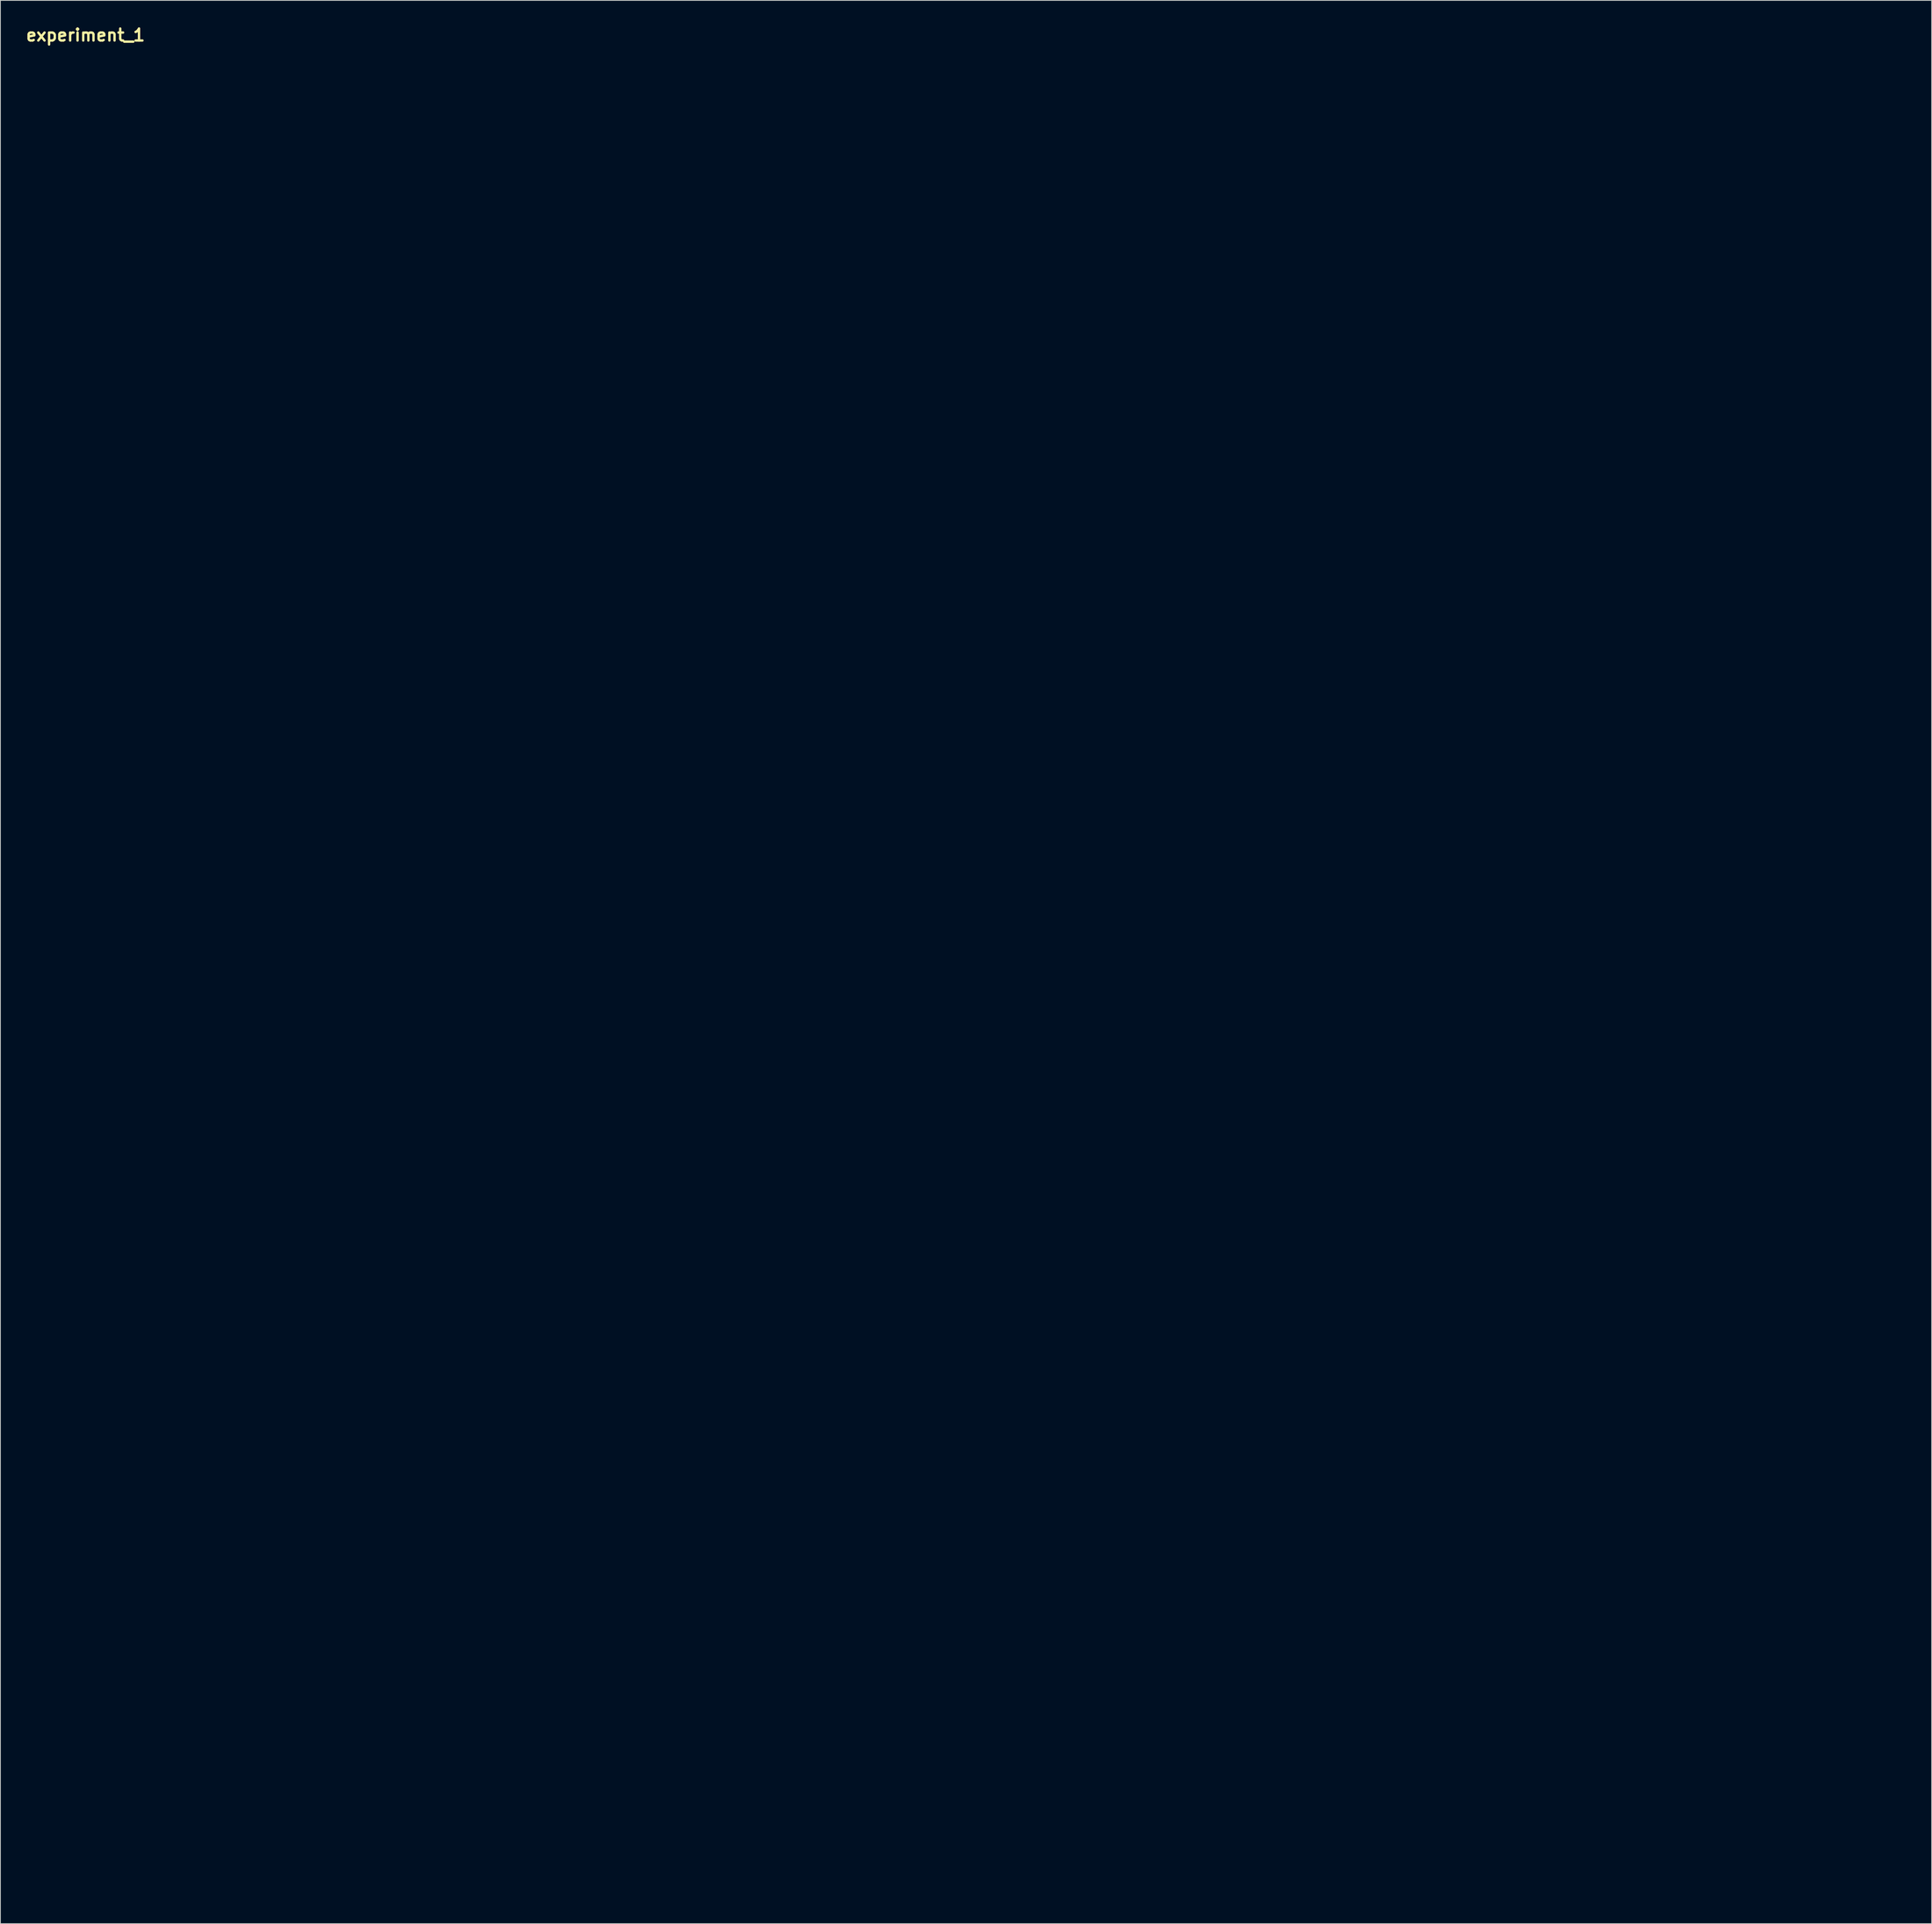
<source format=kicad_pcb>
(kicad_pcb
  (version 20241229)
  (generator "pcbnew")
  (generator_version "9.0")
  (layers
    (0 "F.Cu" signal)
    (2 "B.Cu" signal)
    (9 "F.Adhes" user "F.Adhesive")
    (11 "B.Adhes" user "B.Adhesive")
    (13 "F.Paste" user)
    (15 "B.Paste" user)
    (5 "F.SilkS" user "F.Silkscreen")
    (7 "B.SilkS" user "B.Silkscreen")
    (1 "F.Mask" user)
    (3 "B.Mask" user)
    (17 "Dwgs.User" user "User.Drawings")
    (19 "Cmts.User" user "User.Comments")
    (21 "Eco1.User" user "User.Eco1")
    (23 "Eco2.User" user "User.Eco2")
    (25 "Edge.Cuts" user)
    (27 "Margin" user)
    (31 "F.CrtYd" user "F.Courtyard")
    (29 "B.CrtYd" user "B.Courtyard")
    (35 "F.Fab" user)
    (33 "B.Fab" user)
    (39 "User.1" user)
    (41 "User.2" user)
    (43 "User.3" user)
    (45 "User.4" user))
  (footprint "experiment_1"
    (layer "F.Cu")
    (at 7.852 4.474)
    (property "Reference" "experiment_1" (at 0 -3.048 0) (layer "F.SilkS") (effects (font (size 1.524 1.524) (thickness 0.305))))
    (attr exclude_from_pos_files exclude_from_bom)
    (fp_poly (pts (xy 177.602 70.406) (xy 177.757 68.895) (xy 178.736 68.557) (xy 179.308 69.985) (xy 178.623 70.967) (xy 177.602 70.406)) (stroke (width 0.251) (type solid)) (fill no) (layer "Eco2.User"))
    (fp_poly (pts (xy 45.026 213.581) (xy 42.628 212.069) (xy 41.253 210.359) (xy 41.043 208.63) (xy 42.302 209.218) (xy 43.38 210.36) (xy 44.665 211.432) (xy 46.632 212.83) (xy 48.099 214.091) (xy 47.161 214.303) (xy 45.026 213.581)) (stroke (width 0.251) (type solid)) (fill no) (layer "Eco2.User"))
    (fp_poly (pts (xy 158.149 64.432) (xy 157.356 63.964) (xy 155.667 63.189) (xy 153.23 61.978) (xy 152.377 61.002) (xy 152.908 60.031) (xy 154.809 60.78) (xy 156.058 61.712) (xy 157.091 62.268) (xy 158.235 63.521) (xy 158.149 64.432)) (stroke (width 0.251) (type solid)) (fill no) (layer "Eco2.User"))
    (fp_poly (pts (xy 163.355 70.455) (xy 161.668 69.347) (xy 160.106 67.875) (xy 159.067 66.414) (xy 158.572 64.868) (xy 159.781 65.697) (xy 161.391 66.928) (xy 163.485 68.176) (xy 165.247 69.129) (xy 166.057 69.652) (xy 164.937 71.016) (xy 163.355 70.455)) (stroke (width 0.251) (type solid)) (fill no) (layer "Eco2.User"))
    (fp_poly (pts (xy 152.012 67.789) (xy 149.609 66.38) (xy 148.711 65.175) (xy 148.997 63.742) (xy 149.299 63.078) (xy 150.391 63.829) (xy 151.704 64.606) (xy 153.328 65.417) (xy 155.422 66.535) (xy 156.127 67.354) (xy 154.429 68.879) (xy 153.598 68.553) (xy 152.012 67.789)) (stroke (width 0.251) (type solid)) (fill no) (layer "Eco2.User"))
    (fp_poly (pts (xy 34.185 207.42) (xy 33.22 205.905) (xy 33.231 204.797) (xy 35.187 203.361) (xy 37.209 201.829) (xy 37.747 200.021) (xy 37.992 198.95) (xy 39.187 200.06) (xy 40.136 202.019) (xy 39.616 203.255) (xy 36.979 205.536) (xy 35.403 207.355) (xy 34.921 208.295) (xy 34.185 207.42)) (stroke (width 0.251) (type solid)) (fill no) (layer "Eco2.User"))
    (fp_poly (pts (xy 147.055 57.531) (xy 145.693 56.902) (xy 146.315 56.548) (xy 147.595 55.596) (xy 148.352 54.881) (xy 150.685 55.356) (xy 152.743 55.734) (xy 154.776 55.895) (xy 156.309 56.006) (xy 155.807 56.369) (xy 153.166 57.061) (xy 150.142 57.71) (xy 148.394 57.845) (xy 147.055 57.531)) (stroke (width 0.251) (type solid)) (fill no) (layer "Eco2.User"))
    (fp_poly (pts (xy 107.288 71.152) (xy 108.058 70.603) (xy 109.997 69.668) (xy 112.549 68.582) (xy 115.158 67.583) (xy 117.268 66.906) (xy 118.963 66.706) (xy 120.143 67.452) (xy 120.256 68.271) (xy 118.737 69.036) (xy 115.425 69.829) (xy 112.64 70.394) (xy 110.474 70.867) (xy 108.24 71.254) (xy 107.288 71.152)) (stroke (width 0.251) (type solid)) (fill no) (layer "Eco2.User"))
    (fp_poly (pts (xy 125.379 178.961) (xy 124.046 177.885) (xy 123.554 177.383) (xy 123.266 177.432) (xy 121.765 177.631) (xy 120.468 177.716) (xy 119.019 177.39) (xy 119.152 176.397) (xy 120.778 174.834) (xy 121.725 174.61) (xy 123.538 175.28) (xy 125.128 176.953) (xy 125.815 178.646) (xy 125.728 178.941) (xy 125.379 178.961) (xy 125.379 178.961)) (stroke (width 0.031) (type solid)) (fill no) (layer "Eco2.User"))
    (fp_poly (pts (xy 126.802 172.362) (xy 125.529 171.909) (xy 123.339 171.819) (xy 121.606 171.778) (xy 121.161 171.004) (xy 121.72 169) (xy 122.421 166.502) (xy 122.876 166.072) (xy 124.092 166.824) (xy 126.253 168.005) (xy 128.589 167.453) (xy 128.777 168.176) (xy 128.236 168.936) (xy 129.26 169.458) (xy 130.817 170.761) (xy 130.063 171.962) (xy 128.575 172.466) (xy 126.802 172.362)) (stroke (width 0.251) (type solid)) (fill no) (layer "Eco2.User"))
    (fp_poly (pts (xy 33.331 213.945) (xy 31.615 212.755) (xy 29.739 210.964) (xy 28.186 209.034) (xy 26.913 206.537) (xy 26.334 204.381) (xy 26.738 203.751) (xy 28.18 204.253) (xy 29.652 205.456) (xy 31.246 208.24) (xy 32.676 210.745) (xy 33.985 212.015) (xy 35.17 211.956) (xy 36.098 211.425) (xy 37.575 211.972) (xy 38.068 212.664) (xy 37.03 213.972) (xy 35.537 214.595) (xy 33.331 213.945)) (stroke (width 0.251) (type solid)) (fill no) (layer "Eco2.User"))
    (fp_poly (pts (xy 176.581 87.91) (xy 175.683 86.537) (xy 174.336 85.655) (xy 171.413 85.203) (xy 169.868 84.846) (xy 168.421 83.688) (xy 166.898 81.805) (xy 167.153 80.662) (xy 168.592 80.325) (xy 170.617 80.493) (xy 172.316 81.092) (xy 172.183 81.739) (xy 171.943 82.619) (xy 173.257 83.434) (xy 174.963 83.604) (xy 175.902 82.955) (xy 175.666 81.713) (xy 174.766 80.239) (xy 174.634 79.79) (xy 175.571 80.505) (xy 176.781 82.508) (xy 177.172 85.216) (xy 176.886 87.737) (xy 176.581 87.91)) (stroke (width 0.251) (type solid)) (fill no) (layer "Eco2.User"))
    (fp_poly (pts (xy 161.996 79.735) (xy 159.703 77.44) (xy 157.518 75.44) (xy 155.469 73.756) (xy 153.58 72.41) (xy 151.88 71.423) (xy 150.538 70.834) (xy 148.678 70.118) (xy 146.704 69.43) (xy 143.725 68.35) (xy 141.687 67.413) (xy 141.093 66.85) (xy 142.295 66.961) (xy 144.869 67.494) (xy 147.803 68.218) (xy 150.08 68.901) (xy 151.781 69.64) (xy 153.525 70.654) (xy 155.383 71.993) (xy 157.426 73.709) (xy 159.722 75.85) (xy 161.84 77.987) (xy 163.382 79.747) (xy 164.457 81.255) (xy 165.63 83.359) (xy 164.529 82.325) (xy 161.996 79.735)) (stroke (width 0.251) (type solid)) (fill no) (layer "Eco2.User"))
    (fp_poly (pts (xy 79.334 194.155) (xy 77.581 193.262) (xy 75.636 191.983) (xy 73.73 190.5) (xy 72.095 188.994) (xy 70.963 187.644) (xy 69.875 185.414) (xy 69.862 183.692) (xy 70.133 182.981) (xy 70.965 183.681) (xy 72.005 184.168) (xy 71.948 182.522) (xy 71.842 180.574) (xy 72.46 179.605) (xy 73.341 179.798) (xy 75.443 181.294) (xy 77.408 182.866) (xy 78.601 183.923) (xy 79.238 185.503) (xy 78.319 187.169) (xy 77.395 188.092) (xy 75.825 187.266) (xy 74.155 186.74) (xy 75.015 187.902) (xy 77.224 190.275) (xy 79.572 192.753) (xy 80.77 194.223) (xy 80.822 194.689) (xy 79.334 194.155)) (stroke (width 0.251) (type solid)) (fill no) (layer "Eco2.User"))
    (fp_poly (pts (xy 30.944 152.904) (xy 31.103 152.257) (xy 31.763 151.015) (xy 32.847 149.29) (xy 34.275 147.201) (xy 35.967 144.861) (xy 37.846 142.387) (xy 39.833 139.893) (xy 40.83 138.695) (xy 42.261 137.004) (xy 43.937 135.043) (xy 45.664 133.038) (xy 49.76 128.306) (xy 50.255 129.056) (xy 50.723 130.349) (xy 50.417 131.799) (xy 49.265 133.556) (xy 47.201 135.773) (xy 45.773 137.117) (xy 45.179 137.564) (xy 45.908 136.066) (xy 46.42 134.543) (xy 45.487 135.202) (xy 43.549 137.093) (xy 42.325 138.421) (xy 41.18 139.79) (xy 40.026 141.324) (xy 38.774 143.146) (xy 37.336 145.379) (xy 35.624 148.147) (xy 33.853 150.859) (xy 32.472 152.567) (xy 31.497 153.254) (xy 30.944 152.904)) (stroke (width 0.251) (type solid)) (fill no) (layer "Eco2.User"))
    (fp_poly (pts (xy 114.75 180.487) (xy 113.574 179.795) (xy 112.766 178.197) (xy 112.379 176.82) (xy 111.858 174.979) (xy 111.012 172.995) (xy 110.864 172.736) (xy 110.908 172.53) (xy 110.683 170.463) (xy 109.14 168.489) (xy 107.931 167.567) (xy 106.19 166.484) (xy 104.586 165.454) (xy 104.768 164.876) (xy 106.595 165.094) (xy 108.136 166.426) (xy 109.077 167.303) (xy 110.101 167.593) (xy 110.924 166.718) (xy 111.218 167.563) (xy 111.629 169.805) (xy 112.145 171.599) (xy 112.829 173.169) (xy 114.091 175.111) (xy 115.315 176.393) (xy 116.746 177.539) (xy 118.19 178.603) (xy 119.294 179.52) (xy 119.428 179.731) (xy 118.129 179.248) (xy 116.529 178.62) (xy 115.628 178.422) (xy 115.072 178.85) (xy 115.708 180.11) (xy 115.985 180.496) (xy 115.886 180.516) (xy 114.75 180.487) (xy 114.75 180.487)) (stroke (width 0.031) (type solid)) (fill no) (layer "Eco2.User"))
    (fp_poly (pts (xy 70.549 79.509) (xy 71.139 77.786) (xy 72.116 75.395) (xy 73.294 72.767) (xy 74.486 70.337) (xy 75.401 68.637) (xy 76.392 66.911) (xy 77.469 65.148) (xy 78.641 63.332) (xy 79.916 61.45) (xy 81.306 59.49) (xy 82.819 57.435) (xy 84.465 55.275) (xy 86.254 52.993) (xy 88.194 50.578) (xy 90.247 48.091) (xy 92.062 45.986) (xy 93.654 44.246) (xy 95.042 42.85) (xy 96.243 41.782) (xy 97.275 41.023) (xy 99.038 39.241) (xy 99.491 38.477) (xy 100.405 37.4) (xy 101.794 35.997) (xy 103.669 34.257) (xy 106.044 32.169) (xy 108.93 29.719) (xy 112.107 27.081) (xy 114.658 25.026) (xy 116.735 23.451) (xy 118.489 22.252) (xy 120.072 21.326) (xy 121.634 20.57) (xy 123.328 19.879) (xy 125.359 18.985) (xy 126.912 18.107) (xy 128.198 17.4) (xy 129.589 16.917) (xy 131.762 16.154) (xy 132.727 15.263) (xy 132.378 14.523) (xy 130.61 14.215) (xy 129.102 14.421) (xy 127.071 14.983) (xy 124.755 15.814) (xy 122.392 16.83) (xy 120.221 17.944) (xy 117.829 19.353) (xy 115.401 20.874) (xy 113.024 22.444) (xy 110.79 24.002) (xy 108.786 25.485) (xy 107.102 26.831) (xy 105.829 27.977) (xy 104.166 29.55) (xy 102.103 31.407) (xy 100.086 33.147) (xy 97.731 35.236) (xy 95.942 37.111) (xy 94.586 38.927) (xy 93.528 40.844) (xy 92.602 42.389) (xy 91.452 43.715) (xy 90.05 45.021) (xy 88.482 46.483) (xy 87.089 47.945) (xy 86.107 49.251) (xy 85.199 50.562) (xy 83.985 52.038) (xy 83.115 53.074) (xy 82.119 54.391) (xy 80.988 56.002) (xy 79.714 57.92) (xy 78.286 60.16) (xy 76.696 62.734) (xy 74.934 65.658) (xy 73.138 68.625) (xy 71.826 70.709) (xy 71.281 71.46) (xy 71.819 70.128) (xy 73.283 67.096) (xy 74.544 64.631) (xy 75.822 62.234) (xy 77.119 59.906) (xy 78.434 57.645) (xy 79.768 55.45) (xy 81.122 53.322) (xy 82.496 51.259) (xy 83.89 49.261) (xy 85.305 47.327) (xy 86.741 45.457) (xy 88.198 43.65) (xy 89.677 41.905) (xy 91.08 40.33) (xy 92.882 38.363) (xy 94.957 36.136) (xy 97.178 33.784) (xy 99.416 31.438) (xy 101.545 29.234) (xy 103.437 27.305) (xy 104.965 25.783) (xy 106.001 24.802) (xy 107.794 23.259) (xy 109.57 21.823) (xy 111.206 20.591) (xy 112.581 19.658) (xy 114.163 18.761) (xy 116.281 17.675) (xy 118.565 16.578) (xy 120.646 15.647) (xy 122.152 15.061) (xy 124.397 14.393) (xy 126.951 13.721) (xy 129.43 13.134) (xy 131.452 12.725) (xy 132.633 12.583) (xy 134.518 12.836) (xy 136.832 13.437) (xy 139.372 14.317) (xy 141.934 15.404) (xy 144.316 16.628) (xy 146.995 18.293) (xy 149.314 19.924) (xy 150.196 20.765) (xy 148.193 19.657) (xy 145.446 18.064) (xy 143.726 17.406) (xy 144.247 19.063) (xy 145.02 19.863) (xy 146.558 21.255) (xy 148.528 22.936) (xy 150.863 24.928) (xy 152.464 26.448) (xy 153.625 27.799) (xy 154.637 29.286) (xy 155.451 30.302) (xy 156.9 31.872) (xy 158.672 33.656) (xy 160.54 35.541) (xy 162.242 37.373) (xy 163.408 38.757) (xy 164.26 40.016) (xy 165.537 42.064) (xy 167.064 44.618) (xy 168.671 47.393) (xy 170.811 51.195) (xy 172.582 54.432) (xy 174.007 57.157) (xy 175.11 59.42) (xy 175.914 61.273) (xy 176.445 62.767) (xy 176.724 63.954) (xy 176.776 64.884) (xy 176.697 66.105) (xy 175.782 64.778) (xy 174.563 63.186) (xy 173.512 60.797) (xy 172.57 58.415) (xy 171.426 56.035) (xy 170.111 53.705) (xy 168.655 51.475) (xy 167.088 49.397) (xy 165.44 47.518) (xy 164.284 46.242) (xy 162.822 44.541) (xy 161.242 42.636) (xy 159.731 40.749) (xy 157.431 37.856) (xy 155.391 35.382) (xy 153.561 33.28) (xy 151.892 31.502) (xy 150.333 30.001) (xy 148.834 28.727) (xy 147.347 27.634) (xy 145.821 26.673) (xy 144.206 25.796) (xy 141.859 24.67) (xy 139.815 23.856) (xy 137.821 23.265) (xy 135.62 22.81) (xy 133.486 22.556) (xy 131.214 22.508) (xy 128.844 22.66) (xy 126.413 23.003) (xy 123.96 23.533) (xy 121.522 24.24) (xy 119.137 25.12) (xy 116.844 26.165) (xy 115.416 26.961) (xy 113.777 28.01) (xy 111.963 29.284) (xy 110.008 30.755) (xy 107.948 32.395) (xy 105.818 34.176) (xy 103.653 36.069) (xy 101.489 38.048) (xy 99.361 40.083) (xy 97.57 41.872) (xy 95.81 43.702) (xy 94.083 45.571) (xy 92.392 47.474) (xy 90.739 49.409) (xy 89.126 51.372) (xy 87.557 53.36) (xy 86.033 55.371) (xy 84.558 57.399) (xy 83.133 59.443) (xy 81.761 61.498) (xy 80.445 63.562) (xy 79.187 65.632) (xy 77.989 67.703) (xy 76.854 69.773) (xy 75.448 72.354) (xy 74.094 74.729) (xy 72.871 76.767) (xy 71.858 78.337) (xy 71.134 79.307) (xy 70.549 79.509)) (stroke (width 0.251) (type solid)) (fill no) (layer "Eco2.User"))
    (fp_poly (pts (xy 64.953 234.109) (xy 60.754 233.719) (xy 57.321 233.39) (xy 54.53 233.106) (xy 52.258 232.853) (xy 50.381 232.615) (xy 48.776 232.379) (xy 47.318 232.13) (xy 45.884 231.853) (xy 43.196 231.253) (xy 40.633 230.564) (xy 38.193 229.786) (xy 35.874 228.917) (xy 33.674 227.956) (xy 31.591 226.903) (xy 29.623 225.756) (xy 27.769 224.515) (xy 26.025 223.179) (xy 24.392 221.747) (xy 23.129 220.464) (xy 22.288 219.202) (xy 21.404 217.264) (xy 20.489 215.043) (xy 19.942 213.615) (xy 19.213 212.748) (xy 19.116 212.524) (xy 19.065 211.268) (xy 18.67 209.911) (xy 18.21 207.772) (xy 17.718 205.003) (xy 17.601 203.713) (xy 17.546 201.99) (xy 17.675 200.056) (xy 18.285 198.459) (xy 19.479 196.948) (xy 21.326 197.071) (xy 22.453 197.612) (xy 23.305 198.587) (xy 23.96 200.188) (xy 24.495 202.604) (xy 24.99 206.027) (xy 25.451 209.066) (xy 26.009 211.446) (xy 26.708 213.285) (xy 27.594 214.698) (xy 28.711 215.805) (xy 29.868 216.783) (xy 31.714 218.391) (xy 33.348 219.76) (xy 35.037 221.037) (xy 36.787 222.222) (xy 38.604 223.319) (xy 40.496 224.329) (xy 42.468 225.253) (xy 44.529 226.094) (xy 46.684 226.854) (xy 48.94 227.534) (xy 51.304 228.136) (xy 53.782 228.662) (xy 56.382 229.114) (xy 59.11 229.494) (xy 61.973 229.803) (xy 64.977 230.044) (xy 68.13 230.219) (xy 71.438 230.328) (xy 74.907 230.375) (xy 78.309 230.371) (xy 80.581 230.297) (xy 82.291 230.119) (xy 84.006 229.799) (xy 85.747 229.408) (xy 87.484 228.97) (xy 89.253 228.471) (xy 91.092 227.896) (xy 93.037 227.233) (xy 95.126 226.468) (xy 97.396 225.588) (xy 99.882 224.578) (xy 102.623 223.426) (xy 105.654 222.118) (xy 109.014 220.64) (xy 112.015 219.332) (xy 162.099 221.879) (xy 164.716 221.902) (xy 166.675 221.655) (xy 168.299 221.053) (xy 168.299 221.053) (xy 169.796 220.317) (xy 165.517 220.244) (xy 162.24 220.269) (xy 160.411 220.498) (xy 159.842 220.953) (xy 162.099 221.879) (xy 112.015 219.332) (xy 114.691 218.205) (xy 116.752 217.378) (xy 117.905 216.974) (xy 119.485 216.733) (xy 121.607 216.629) (xy 123.986 216.658) (xy 126.342 216.817) (xy 128.39 217.103) (xy 130.216 217.478) (xy 132.706 218.02) (xy 135.323 218.61) (xy 138.321 219.269) (xy 140.965 219.775) (xy 143.4 220.152) (xy 145.773 220.42) (xy 148.23 220.605) (xy 150.777 220.683) (xy 189.789 202.877) (xy 188.666 204.683) (xy 187.361 206.298) (xy 186.063 207.57) (xy 184.232 209.223) (xy 182.265 210.899) (xy 179.715 213.042) (xy 178.441 214.19) (xy 179.244 214.45) (xy 180.28 214.414) (xy 179.295 215.031) (xy 177.114 216.316) (xy 174.245 218.072) (xy 172.266 219.476) (xy 171.407 220.363) (xy 172.191 220.696) (xy 175.876 220.188) (xy 175.876 220.188) (xy 177.823 219.829) (xy 179.83 219.403) (xy 181.925 218.903) (xy 184.133 218.322) (xy 186.482 217.652) (xy 188.999 216.885) (xy 191.709 216.014) (xy 194.641 215.03) (xy 197.82 213.928) (xy 201.343 212.643) (xy 203.357 211.771) (xy 204.365 211.095) (xy 205.34 209.819) (xy 205.219 208.891) (xy 203.991 208.535) (xy 200.57 209.051) (xy 198.534 209.4) (xy 197.615 209.473) (xy 199.202 207.584) (xy 200.579 206.291) (xy 201.073 206.234) (xy 201.979 206.689) (xy 203.649 206.289) (xy 205.625 205.272) (xy 207.445 203.873) (xy 208.65 202.332) (xy 209.18 200.539) (xy 208.663 198.983) (xy 208.116 198.086) (xy 207.337 198.833) (xy 206.624 199.292) (xy 207.85 197.296) (xy 209.138 195.221) (xy 210.278 193.068) (xy 211.232 190.92) (xy 211.959 188.858) (xy 212.555 186.879) (xy 213.035 185.281) (xy 213.432 183.954) (xy 213.282 185.739) (xy 213.339 188.151) (xy 214.065 188.889) (xy 215.471 187.966) (xy 217.04 187.001) (xy 217.97 187.089) (xy 216.928 188.476) (xy 216.041 189.575) (xy 215.373 190.629) (xy 214.725 192.426) (xy 214.726 193.361) (xy 215.924 192.025) (xy 217.164 190.848) (xy 217.365 193.047) (xy 217.658 195.687) (xy 218.923 196.243) (xy 219.43 197.449) (xy 219.041 199.062) (xy 219.428 199.746) (xy 220.507 198.882) (xy 221.777 196.765) (xy 222.88 194.113) (xy 223.461 191.644) (xy 223.377 189.975) (xy 222.585 190.598) (xy 222.067 191.086) (xy 222.809 189.367) (xy 223.677 187.67) (xy 223.677 182.096) (xy 223.646 178.462) (xy 223.512 176.599) (xy 223.215 175.678) (xy 221.395 174.68) (xy 221.326 174.233) (xy 221.486 173.008) (xy 221.553 170.948) (xy 221.43 168.492) (xy 220.846 166.786) (xy 219.334 164.862) (xy 218.144 164.476) (xy 216.832 164.947) (xy 215.85 165.412) (xy 216.386 163.675) (xy 216.754 161.628) (xy 216.156 161.048) (xy 215.582 162.776) (xy 215.169 164.655) (xy 214.17 164.436) (xy 213.465 163.881) (xy 214.045 162.769) (xy 214.579 160.844) (xy 214.575 158.411) (xy 214.034 155.869) (xy 213.249 153.788) (xy 212.145 151.215) (xy 210.967 148.676) (xy 209.96 146.699) (xy 209.367 145.809) (xy 208.506 145.922) (xy 208.144 147.159) (xy 208.271 148.82) (xy 208.587 151.461) (xy 208.85 153.963) (xy 208.851 155.286) (xy 207.875 155.013) (xy 206.768 154.573) (xy 205.467 153.629) (xy 204.564 151.998) (xy 203.729 151.439) (xy 203.372 153.282) (xy 203.146 155.264) (xy 201.948 154.44) (xy 200.691 152.111) (xy 200.336 150.061) (xy 200.988 149.983) (xy 201.959 150.332) (xy 202.458 149.395) (xy 202.537 147.342) (xy 202.231 144.896) (xy 201.578 142.781) (xy 200.387 142.638) (xy 199.614 142.903) (xy 198.56 142.455) (xy 197.116 143.204) (xy 195.753 144) (xy 195.268 143.012) (xy 194.714 140.99) (xy 194.604 139.134) (xy 195.828 137.082) (xy 196.663 135.656) (xy 196.533 134.572) (xy 195.466 133.685) (xy 194.164 133.432) (xy 193.303 134.86) (xy 192.612 137.504) (xy 192.245 138.566) (xy 192.059 137.179) (xy 191.9 136.589) (xy 191.449 137.147) (xy 190.4 137.478) (xy 189.123 135.978) (xy 187.919 133.358) (xy 187.506 131.487) (xy 188.104 132.218) (xy 188.784 132.573) (xy 188.755 130.575) (xy 188.086 128.849) (xy 185.933 127.507) (xy 183.755 126.038) (xy 182.634 124.089) (xy 182.131 123.039) (xy 181.816 125.004) (xy 181.586 126.716) (xy 181.137 127.906) (xy 180.584 128.844) (xy 181.108 130.224) (xy 181.512 131.963) (xy 180.462 131.001) (xy 179.213 129.803) (xy 178.896 130.757) (xy 178.971 131.649) (xy 178.232 130.957) (xy 176.113 129.998) (xy 173.904 130.915) (xy 173.096 132.39) (xy 173.549 133.703) (xy 174.987 134.051) (xy 175.634 134.131) (xy 174.169 136.443) (xy 172.546 139.134) (xy 172.972 140.437) (xy 173.781 142.375) (xy 174.342 144.72) (xy 175.234 145.731) (xy 176.439 146.131) (xy 176.088 146.789) (xy 174.92 148.391) (xy 174.944 150.489) (xy 175.197 152.807) (xy 175.908 154.847) (xy 177.284 156.272) (xy 179.351 156.057) (xy 181.299 155.782) (xy 181.044 156.891) (xy 180.595 158.683) (xy 182.271 159.288) (xy 184.381 159.504) (xy 185.314 160.18) (xy 184.206 160.819) (xy 182.647 161.218) (xy 182.678 161.935) (xy 184.821 163.26) (xy 186.804 164.114) (xy 187.526 161.866) (xy 188.472 159.299) (xy 189.29 158.34) (xy 189.797 159.224) (xy 190.353 161.658) (xy 190.991 163.651) (xy 191.903 164.647) (xy 192.978 163.942) (xy 193.935 161.797) (xy 194.348 159.165) (xy 193.919 157.02) (xy 192.483 156.556) (xy 191.486 156.689) (xy 191.62 155.695) (xy 191.371 154.059) (xy 190.212 153.398) (xy 188.361 153.835) (xy 187.258 154.583) (xy 186.402 155.742) (xy 185.645 157.067) (xy 185.062 154.585) (xy 184.344 151.182) (xy 183.987 148.735) (xy 184.057 147.69) (xy 183.904 146.894) (xy 183.552 145.694) (xy 183.325 143.343) (xy 183.16 140.424) (xy 183.981 141.353) (xy 185.852 143.615) (xy 187.179 145.555) (xy 187.97 147.189) (xy 188.237 148.534) (xy 188.789 150.183) (xy 190.097 151.625) (xy 191.073 151.669) (xy 191.42 150.747) (xy 191.301 149.003) (xy 190.729 146.51) (xy 189.715 143.344) (xy 189.527 142.813) (xy 189.978 143.344) (xy 190.719 144.567) (xy 191.758 146.656) (xy 192.795 148.972) (xy 193.527 150.872) (xy 194.119 152.997) (xy 194.563 155.273) (xy 194.866 157.746) (xy 195.036 160.464) (xy 195.07 163.345) (xy 194.971 165.903) (xy 194.767 167.749) (xy 194.484 168.499) (xy 193.361 167.232) (xy 191.729 165.257) (xy 190.109 164.71) (xy 188.332 165.523) (xy 187.359 166.359) (xy 186.077 167.226) (xy 184.652 167.923) (xy 183.489 167.971) (xy 182.404 168.682) (xy 182.812 170.197) (xy 183.631 171.189) (xy 184.27 170.938) (xy 185.766 171.376) (xy 187.23 172.838) (xy 187.235 174.286) (xy 185.783 175.844) (xy 183.996 177.263) (xy 182.098 176.08) (xy 180.44 174.691) (xy 179.509 174.765) (xy 179.218 176.307) (xy 178.754 177.042) (xy 176.73 176.513) (xy 175.04 176.542) (xy 174.281 177.325) (xy 174.719 178.455) (xy 176.214 179.577) (xy 177.499 180.583) (xy 178.332 181.133) (xy 180.079 181.441) (xy 182.524 181.929) (xy 183.2 182.779) (xy 182.695 184.285) (xy 182.022 185.414) (xy 180.678 184.883) (xy 179.074 184.379) (xy 178.299 184.602) (xy 178.582 185.525) (xy 179.478 187.393) (xy 180.419 189.259) (xy 180.811 190.177) (xy 180.214 190.504) (xy 178.717 192.116) (xy 177.534 193.545) (xy 176.685 193.358) (xy 175.302 193.236) (xy 172.997 194.161) (xy 171.033 195.625) (xy 170.163 197.081) (xy 170.879 197.471) (xy 173.014 196.704) (xy 174.807 195.918) (xy 175.533 196.191) (xy 175.904 197.324) (xy 174.852 198.428) (xy 172.633 199.236) (xy 170.148 199.523) (xy 167.637 199.476) (xy 165.921 199.11) (xy 164.972 198.776) (xy 165.305 199.89) (xy 165.258 201.258) (xy 164.087 201.604) (xy 161.932 202.051) (xy 160.247 202.925) (xy 160.213 204.62) (xy 161.023 206.147) (xy 162.083 206.692) (xy 163.648 206.267) (xy 165.977 204.883) (xy 168.345 203.457) (xy 170.076 202.685) (xy 171.535 202.171) (xy 173.2 201.417) (xy 175.149 200.631) (xy 174.114 201.618) (xy 171.57 203.26) (xy 170.393 204.32) (xy 171.966 204.274) (xy 173.676 203.683) (xy 175.61 202.732) (xy 177.693 201.472) (xy 179.851 199.95) (xy 182.008 198.217) (xy 184.091 196.322) (xy 185.936 194.447) (xy 187.42 192.74) (xy 188.632 191.088) (xy 189.665 189.376) (xy 190.592 187.32) (xy 191.257 185.275) (xy 191.353 184.188) (xy 190.187 184.852) (xy 188.946 185.707) (xy 188.746 185.03) (xy 189.466 182.414) (xy 190.077 179.572) (xy 189.676 178.301) (xy 189.415 177.671) (xy 189.85 175.378) (xy 190.339 173.523) (xy 190.673 172.832) (xy 190.906 174.48) (xy 191.066 175.667) (xy 192.477 173.832) (xy 193.497 173.028) (xy 193.235 174.565) (xy 192.421 177.198) (xy 191.4 179.81) (xy 190.674 181.793) (xy 191.264 182.228) (xy 192.396 181.67) (xy 193.655 180.088) (xy 194.954 177.616) (xy 196.207 174.393) (xy 196.881 172.219) (xy 197.34 170.19) (xy 197.623 168.005) (xy 197.77 165.363) (xy 197.82 161.961) (xy 197.842 156.084) (xy 198.521 158.738) (xy 198.968 160.786) (xy 199.169 162.97) (xy 199.23 166.436) (xy 199.206 169.026) (xy 199.086 171.24) (xy 198.842 173.245) (xy 198.447 175.207) (xy 197.876 177.291) (xy 197.1 179.665) (xy 196.331 181.688) (xy 195.321 184.042) (xy 194.192 186.47) (xy 193.063 188.716) (xy 192.052 190.522) (xy 191.315 191.989) (xy 191.035 193.209) (xy 190.79 194.904) (xy 191.191 195.724) (xy 190.998 196.315) (xy 187.825 198.31) (xy 184.801 200.262) (xy 182.439 202.066) (xy 181.005 203.495) (xy 180.767 204.321) (xy 182.107 204.091) (xy 184.549 202.202) (xy 186.196 201.339) (xy 186.709 201.85) (xy 187.903 201.242) (xy 190.068 199.368) (xy 191.229 198.287) (xy 191.059 199.481) (xy 190.622 201.078) (xy 189.789 202.877) (xy 150.777 220.683) (xy 151.349 220.402) (xy 156.624 213.648) (xy 157.415 213.107) (xy 156.38 212.452) (xy 155.077 212.262) (xy 153.181 212.411) (xy 151.121 212.783) (xy 150.911 213.2) (xy 152.262 213.581) (xy 154.584 213.763) (xy 156.624 213.648) (xy 151.349 220.402) (xy 150.694 219.714) (xy 148.831 219.071) (xy 145.913 218.511) (xy 142.091 218.073) (xy 140.394 217.88) (xy 138.202 217.563) (xy 135.798 217.166) (xy 133.465 216.734) (xy 130.06 216.076) (xy 169.31 209.73) (xy 166.932 210.381) (xy 164.83 211.124) (xy 164.649 211.858) (xy 166.429 212.218) (xy 168.833 211.928) (xy 169.899 211.162) (xy 170.055 210.077) (xy 169.31 209.73) (xy 130.06 216.076) (xy 127.317 215.587) (xy 141.395 208.24) (xy 143.879 208.819) (xy 145.377 209.12) (xy 147.482 209.219) (xy 150.851 209.256) (xy 154.088 209.228) (xy 155.795 209.134) (xy 155.795 209.134) (xy 156.392 208.649) (xy 155.202 207.991) (xy 152.424 207.709) (xy 150.613 207.377) (xy 151.538 206.815) (xy 153.466 206.162) (xy 155.526 205.713) (xy 156.733 205.299) (xy 155.381 205.05) (xy 153.263 204.907) (xy 150.994 204.512) (xy 148.684 203.888) (xy 146.439 203.059) (xy 146.903 203.945) (xy 147.867 205.612) (xy 147.318 206.674) (xy 146.095 206.867) (xy 144.003 206.822) (xy 141.59 206.574) (xy 139.405 206.16) (xy 137.414 205.648) (xy 139.538 205.764) (xy 142.094 205.592) (xy 143.066 204.841) (xy 142.205 203.703) (xy 141.313 202.912) (xy 142.258 202.963) (xy 144.37 203.403) (xy 145.111 203.198) (xy 145.492 201.96) (xy 144.988 200.482) (xy 143.589 199.449) (xy 142.049 199.485) (xy 140.963 200.341) (xy 139.978 200.199) (xy 138.817 199.304) (xy 137.016 198.084) (xy 135.267 196.885) (xy 134.229 196.039) (xy 133.659 195.028) (xy 133.035 193.434) (xy 132.022 191.347) (xy 131.116 191.198) (xy 130.493 193.017) (xy 130.548 195.235) (xy 131.318 197.107) (xy 132.673 198.434) (xy 134.479 199.015) (xy 135.423 200.233) (xy 135.221 201.295) (xy 133.455 200.425) (xy 131.908 199.816) (xy 130.404 199.629) (xy 128.916 199.614) (xy 128.918 198.154) (xy 128.35 196.613) (xy 126.875 197.325) (xy 125.972 198.118) (xy 126.083 195.801) (xy 126.121 193.296) (xy 125.461 193.054) (xy 123.47 194.842) (xy 121.362 196.753) (xy 119.772 197.783) (xy 118.105 198.196) (xy 115.764 198.257) (xy 113.094 198.121) (xy 111.384 197.778) (xy 110.645 197.229) (xy 111.683 195.064) (xy 112.787 193.016) (xy 112.398 191.998) (xy 111.247 191.454) (xy 110.284 192.641) (xy 109.545 194.005) (xy 109.465 192.496) (xy 109.053 191.013) (xy 107.903 191.565) (xy 107.288 192.142) (xy 107.288 191.299) (xy 107.082 190.457) (xy 106.406 190.991) (xy 105.07 192.277) (xy 103.263 194.098) (xy 104.28 194.262) (xy 106.193 195.065) (xy 107.41 196.343) (xy 107.258 197.392) (xy 105.943 197.456) (xy 104.05 196.8) (xy 101.878 196.132) (xy 100.311 196.335) (xy 100.097 197.311) (xy 101.635 198.488) (xy 104.166 199.151) (xy 105.726 199.292) (xy 104.848 200.216) (xy 102.731 202.03) (xy 101.005 202.666) (xy 100.536 202.016) (xy 100.731 200.777) (xy 99.641 199.928) (xy 97.468 199.628) (xy 95.073 200.118) (xy 93.616 201.346) (xy 93.238 202.077) (xy 92.234 201.587) (xy 90.621 201.15) (xy 87.663 200.834) (xy 84.592 200.478) (xy 83.117 199.866) (xy 82.737 198.789) (xy 84.304 198.021) (xy 85.964 197.753) (xy 84.991 196.826) (xy 83.878 195.832) (xy 83.766 195.046) (xy 85.501 195.491) (xy 87.379 195.987) (xy 86.465 194.336) (xy 85.357 192.64) (xy 85.456 191.961) (xy 86.761 192.304) (xy 88.673 192.97) (xy 89.505 192.622) (xy 88.771 191.469) (xy 87.086 189.761) (xy 85.228 188.212) (xy 83.973 187.537) (xy 83.666 188.453) (xy 83.303 190.128) (xy 82.388 190.86) (xy 81.185 190.593) (xy 79.954 189.27) (xy 79.543 187.678) (xy 81.117 187.941) (xy 81.98 188.25) (xy 81.409 186.525) (xy 80.786 184.45) (xy 80.932 183.556) (xy 81.997 184.407) (xy 82.875 185.258) (xy 83.286 184.672) (xy 84.281 184.135) (xy 86.055 185.015) (xy 87.58 185.89) (xy 87.913 185.419) (xy 88.51 184.768) (xy 89.552 184.562) (xy 91.218 184.239) (xy 93.7 183.384) (xy 94.5 182.068) (xy 93.645 180.244) (xy 93.024 179.464) (xy 90.585 181.111) (xy 87.915 182.617) (xy 86.376 182.617) (xy 85.653 181.113) (xy 84.842 179.72) (xy 83.927 177.853) (xy 86.136 177.177) (xy 87.757 176.84) (xy 88.974 176.474) (xy 89.903 176.089) (xy 89.107 175.513) (xy 87.141 173.842) (xy 86.379 172.791) (xy 87.6 173.08) (xy 89.49 174.698) (xy 90.747 175.882) (xy 91.824 176.124) (xy 93.195 175.821) (xy 93.799 174.931) (xy 94.591 175.595) (xy 95.974 177.589) (xy 97.419 178.963) (xy 98.93 179.719) (xy 100.984 180.658) (xy 101.715 181.832) (xy 101.472 183.028) (xy 100.888 185.025) (xy 100.283 187.204) (xy 100.345 188.214) (xy 101.563 189.012) (xy 103.647 188.999) (xy 105.89 188.178) (xy 107.189 187.112) (xy 107.554 185.812) (xy 107.895 184.522) (xy 108.904 184.086) (xy 110.587 184.543) (xy 111.84 185.709) (xy 112.332 187.275) (xy 112.679 188.557) (xy 113.622 188.923) (xy 115.4 189.399) (xy 118.072 190.218) (xy 119.707 191.542) (xy 120.487 192.377) (xy 120.67 191.646) (xy 121.563 190.01) (xy 123.17 188.496) (xy 124.671 187.827) (xy 125.337 188.2) (xy 126.333 188.602) (xy 127.675 188.755) (xy 129.558 189.251) (xy 132.23 190.154) (xy 134.59 190.847) (xy 134.354 190.315) (xy 134.138 189.572) (xy 134.348 187.788) (xy 134.561 185.913) (xy 134.24 184.995) (xy 132.843 183.912) (xy 131.897 183.517) (xy 132.731 183.009) (xy 133.09 181.462) (xy 132.147 181.127) (xy 130.546 180.678) (xy 128.316 179.987) (xy 128.593 179.39) (xy 129.331 179.076) (xy 131.087 178.752) (xy 134.151 178.362) (xy 136.867 178.039) (xy 139.064 177.759) (xy 140.267 177.582) (xy 141.263 177.773) (xy 141.893 178.712) (xy 143.155 179.404) (xy 144.534 179.406) (xy 146.421 179.036) (xy 148.275 178.401) (xy 149.634 177.799) (xy 150.342 178.328) (xy 152.283 178.511) (xy 153.595 177.981) (xy 155.02 177.192) (xy 157.178 175.434) (xy 158.25 174.013) (xy 158.398 173.393) (xy 158.03 172.526) (xy 156.592 172.142) (xy 155.503 172.142) (xy 156.131 171.474) (xy 157.834 170.5) (xy 160.31 170.479) (xy 162.915 170.544) (xy 164.655 169.453) (xy 165.683 169.024) (xy 166.217 170.473) (xy 167.299 171.625) (xy 169.116 171.783) (xy 171.007 171.11) (xy 171.661 171.333) (xy 171.277 172.728) (xy 171.937 173.476) (xy 174.151 173.729) (xy 175.767 173.536) (xy 175.22 172.442) (xy 174.847 171.232) (xy 175.944 170.727) (xy 177.594 170.119) (xy 178.226 169.675) (xy 177.646 169.238) (xy 177.065 168.8) (xy 178.076 168.147) (xy 179.114 166.996) (xy 178.952 165.504) (xy 178.794 164.497) (xy 179.095 162.719) (xy 179.397 159.817) (xy 178.705 158.016) (xy 176.96 157.163) (xy 174.986 157.667) (xy 173.153 158.685) (xy 171.039 159.554) (xy 169.486 159.926) (xy 168.008 160.214) (xy 165.637 160.897) (xy 163.663 161.468) (xy 161.946 161.82) (xy 160.296 161.991) (xy 157.962 162.122) (xy 156.978 161.083) (xy 155.994 160.045) (xy 153.142 162.511) (xy 150.781 164.489) (xy 148.487 166.297) (xy 146.437 167.799) (xy 144.807 168.862) (xy 143.648 169.54) (xy 144.314 170.331) (xy 144.978 172.126) (xy 144.609 173.873) (xy 143.823 174.033) (xy 143.244 173.176) (xy 142.281 173.235) (xy 140.291 173.917) (xy 138.055 173.655) (xy 136.202 172.522) (xy 135.826 171.442) (xy 136.912 170.804) (xy 137.124 170.353) (xy 136.155 169.981) (xy 134.603 169.517) (xy 132.636 168.989) (xy 134.295 168.973) (xy 135.857 168.774) (xy 135.291 168.161) (xy 134.747 167.493) (xy 136.921 167.463) (xy 138.725 167.633) (xy 139.841 167.796) (xy 139.67 167.018) (xy 138.72 166.237) (xy 138.141 165.51) (xy 136.713 164.912) (xy 134.106 164.304) (xy 131.556 163.732) (xy 129.786 163.124) (xy 128.414 162.306) (xy 127.057 161.104) (xy 125.501 159.789) (xy 124.004 158.83) (xy 121.645 157.988) (xy 119.178 157.609) (xy 116.899 157.711) (xy 115.107 158.312) (xy 114.033 158.403) (xy 112.618 156.525) (xy 111.78 156.831) (xy 111.539 158.31) (xy 111.535 159.474) (xy 110.836 158.775) (xy 109.348 158.128) (xy 108.385 159.247) (xy 108.249 161.78) (xy 108.425 163.228) (xy 107.571 162.509) (xy 105.898 161.82) (xy 103.971 162.461) (xy 102.366 163.086) (xy 101.197 162.732) (xy 99.535 162.789) (xy 97.366 162.788) (xy 96.133 161.819) (xy 95.493 160.314) (xy 95.854 158.807) (xy 97.089 158.075) (xy 97.733 157.019) (xy 97.428 155.836) (xy 96.306 155.208) (xy 94.062 154.963) (xy 91.601 154.58) (xy 91.684 153.516) (xy 91.836 151.962) (xy 92.586 151.174) (xy 94.136 150.9) (xy 94.814 150.272) (xy 93.475 148.725) (xy 91.841 147.458) (xy 91.471 148.785) (xy 90.689 150.112) (xy 89.294 151.085) (xy 88.254 153.331) (xy 88.035 155.844) (xy 87.802 157.013) (xy 86.923 156.293) (xy 86.555 155.211) (xy 86.493 153.042) (xy 86.764 150.156) (xy 87.326 147.462) (xy 87.924 146.173) (xy 89.445 145.244) (xy 90.776 143.763) (xy 89.833 142.05) (xy 88.326 140.225) (xy 87.913 138.892) (xy 88.38 137.293) (xy 89.77 135.779) (xy 91.171 134.246) (xy 91.614 132.314) (xy 91.23 129.408) (xy 90.993 126.869) (xy 90.951 126.224) (xy 89.65 127.032) (xy 87.631 128.674) (xy 86.337 129.975) (xy 85.815 131.17) (xy 85.24 132.925) (xy 84.522 134.765) (xy 83.698 134.481) (xy 82.516 135.244) (xy 81.367 137.361) (xy 80.746 139.489) (xy 82.063 139.81) (xy 82.798 139.266) (xy 84.132 140.164) (xy 85.843 141.578) (xy 86.41 142.684) (xy 85.765 143.352) (xy 85.656 144.273) (xy 85.947 145.375) (xy 84.574 147.261) (xy 82.943 149.382) (xy 82.711 150.975) (xy 82.209 151.705) (xy 81.011 153.431) (xy 80.558 153.678) (xy 79.654 153.331) (xy 77.041 153.389) (xy 74.277 153.43) (xy 72.439 153.156) (xy 71.141 152.506) (xy 70.38 151.944) (xy 70.028 152.781) (xy 69.676 153.619) (xy 69.511 152.794) (xy 69.105 151.97) (xy 68.373 152.763) (xy 67.511 154.908) (xy 67.013 156.425) (xy 66.582 157.677) (xy 66.009 160.282) (xy 66.098 161.791) (xy 66.883 161.074) (xy 67.848 159.308) (xy 68.727 157.074) (xy 69.253 154.949) (xy 69.645 154.527) (xy 70.527 155.794) (xy 70.658 157.619) (xy 70.393 158.999) (xy 70.598 160.565) (xy 69.74 162.011) (xy 68.022 162.911) (xy 66.02 163.499) (xy 64.817 164.204) (xy 64.572 163.561) (xy 63.366 162.738) (xy 62.242 162.135) (xy 62.477 159.629) (xy 62.874 157.544) (xy 61.525 157.548) (xy 59.933 157.757) (xy 59.468 158.696) (xy 59.886 160.851) (xy 60.272 163.19) (xy 59.821 165.068) (xy 58.368 167.184) (xy 57.021 169.4) (xy 56.607 171.833) (xy 56.329 173.805) (xy 55.263 173.295) (xy 53.945 172.021) (xy 53.804 170.709) (xy 54.833 168.597) (xy 55.652 166.989) (xy 56.349 165.232) (xy 56.54 162.951) (xy 55.28 162.722) (xy 53.68 163.642) (xy 52.896 165.021) (xy 53.296 166.326) (xy 53.394 167.389) (xy 53.073 167.989) (xy 52.709 167.295) (xy 52.13 165.691) (xy 51.693 163.515) (xy 51.43 161.046) (xy 51.37 158.564) (xy 51.542 156.35) (xy 52.038 154.048) (xy 52.777 152.318) (xy 53.825 151.005) (xy 54.232 150.112) (xy 52.752 150.922) (xy 51.298 152.992) (xy 50.248 155.783) (xy 49.845 158.087) (xy 49.657 160.638) (xy 49.682 163.207) (xy 49.917 165.562) (xy 50.36 167.471) (xy 50.531 169.135) (xy 49.989 169.018) (xy 49.572 167.807) (xy 49.026 165.655) (xy 48.451 162.996) (xy 47.948 160.265) (xy 47.44 157.728) (xy 46.855 157.279) (xy 45.729 158.167) (xy 45.188 161.193) (xy 45.037 162.88) (xy 44.952 163.3) (xy 44.631 162.29) (xy 43.815 162.442) (xy 42.751 164.377) (xy 41.625 167.112) (xy 41.013 169.245) (xy 41.161 170.622) (xy 42.205 170.394) (xy 43.381 169.289) (xy 44.355 167.675) (xy 45.075 165.639) (xy 45.359 165.058) (xy 45.361 168.028) (xy 45.212 171.3) (xy 44.715 172.872) (xy 44.126 174) (xy 45.003 174) (xy 46.447 174.175) (xy 47.879 174.747) (xy 49.373 175.782) (xy 50.998 177.352) (xy 52.826 179.522) (xy 54.928 182.364) (xy 57.374 185.944) (xy 58.6 187.761) (xy 59.692 189.334) (xy 60.414 190.324) (xy 61.638 192.182) (xy 62.531 193.403) (xy 64.148 195.124) (xy 66.191 197.073) (xy 68.366 198.979) (xy 70.374 200.572) (xy 71.921 201.581) (xy 72.554 201.638) (xy 71.912 200.571) (xy 70.09 198.54) (xy 68.427 196.768) (xy 67.837 196.031) (xy 68.92 196.609) (xy 71.278 197.999) (xy 73.145 199.063) (xy 74.899 199.961) (xy 76.161 200.498) (xy 78.319 201.324) (xy 79.61 202.207) (xy 79.973 203.006) (xy 78.954 203.183) (xy 76.967 202.666) (xy 75.363 202.183) (xy 75.852 202.956) (xy 76.924 203.854) (xy 78.307 204.609) (xy 80.016 205.223) (xy 82.067 205.699) (xy 84.477 206.041) (xy 87.262 206.251) (xy 90.436 206.332) (xy 94.017 206.287) (xy 97.128 206.171) (xy 99.798 206.021) (xy 101.449 205.871) (xy 103.283 205.643) (xy 105.428 205.45) (xy 107.8 205.295) (xy 110.318 205.184) (xy 112.897 205.118) (xy 115.454 205.103) (xy 117.905 205.141) (xy 120.689 205.246) (xy 123.388 205.405) (xy 126.019 205.621) (xy 128.601 205.896) (xy 131.151 206.233) (xy 133.688 206.633) (xy 136.229 207.099) (xy 138.792 207.634) (xy 141.395 208.24) (xy 127.317 215.587) (xy 125.072 215.245) (xy 123.166 215.027) (xy 121.436 214.911) (xy 119.721 214.877) (xy 116.939 214.765) (xy 115.142 214.308) (xy 113.659 213.512) (xy 114.681 213.283) (xy 116.518 212.986) (xy 117.375 212.349) (xy 116.302 211.079) (xy 115.229 210.161) (xy 116.501 210.278) (xy 118.647 210.598) (xy 120.388 211.165) (xy 121.987 212.063) (xy 124.28 213.407) (xy 126.154 214.171) (xy 126.93 214.08) (xy 126.235 212.867) (xy 126.001 211.956) (xy 125.721 210.985) (xy 124.98 210.013) (xy 126.42 210.189) (xy 129.138 210.48) (xy 131.807 210.697) (xy 133.941 210.807) (xy 135.053 210.778) (xy 135.696 210.156) (xy 134.487 209.38) (xy 131.935 208.777) (xy 129.62 208.467) (xy 126.797 208.088) (xy 124.89 207.863) (xy 122.889 207.693) (xy 120.777 207.576) (xy 118.539 207.514) (xy 61.848 206.097) (xy 60.871 204.415) (xy 59.556 202.908) (xy 57.912 201.943) (xy 57.169 202.615) (xy 57.618 203.839) (xy 58.85 205.5) (xy 60.364 206.923) (xy 62.087 207.267) (xy 61.848 206.097) (xy 118.539 207.514) (xy 116.159 207.505) (xy 113.621 207.549) (xy 110.909 207.647) (xy 108.007 207.799) (xy 104.9 208.004) (xy 101.707 208.213) (xy 98.567 208.38) (xy 95.525 208.502) (xy 92.628 208.58) (xy 89.923 208.612) (xy 87.455 208.6) (xy 85.271 208.541) (xy 83.418 208.435) (xy 81.94 208.282) (xy 79.533 207.805) (xy 77.101 207.122) (xy 74.982 206.504) (xy 73.982 206.597) (xy 73.34 207.579) (xy 74.157 209.422) (xy 75.539 210.984) (xy 77.425 212.725) (xy 78.628 213.549) (xy 78.681 214.331) (xy 78.852 215.249) (xy 79.988 216.626) (xy 81.144 218.02) (xy 78.805 216.903) (xy 75.961 215.959) (xy 75.116 216.8) (xy 73.773 216.833) (xy 71.991 215.477) (xy 72.76 214.23) (xy 74.067 212.4) (xy 74.031 210.901) (xy 72.651 209.646) (xy 71.273 209.077) (xy 70.925 209.717) (xy 69.695 211.425) (xy 68.457 210.996) (xy 66.436 209.965) (xy 64.513 208.934) (xy 63.508 208.505) (xy 63.302 209.393) (xy 43.538 195.964) (xy 43.312 195.086) (xy 42.145 193.758) (xy 40.403 192.447) (xy 40.149 193.606) (xy 40.538 195.241) (xy 42.285 196.693) (xy 43.538 195.964) (xy 63.302 209.393) (xy 63.906 211.284) (xy 64.829 212.566) (xy 71.513 219.289) (xy 70.971 220.275) (xy 71.509 221.181) (xy 73.16 221.35) (xy 73.16 221.35) (xy 72.774 219.777) (xy 71.513 219.289) (xy 64.829 212.566) (xy 66.419 214.101) (xy 68.465 215.706) (xy 70.755 217.198) (xy 72.564 218.261) (xy 74.593 219.453) (xy 76.4 220.516) (xy 78.435 221.797) (xy 79.364 222.548) (xy 78.845 223.434) (xy 77.39 223.9) (xy 75.677 223.625) (xy 73.663 222.883) (xy 71.623 221.797) (xy 37.434 193.363) (xy 38.269 192.863) (xy 38.508 191.272) (xy 37.973 189.401) (xy 36.822 187.802) (xy 36.093 187.139) (xy 36.219 189.528) (xy 36.395 191.429) (xy 36.642 192.646) (xy 37.434 193.363) (xy 71.623 221.797) (xy 69.829 220.491) (xy 68.585 219.639) (xy 67.221 219.012) (xy 65.465 218.349) (xy 63.705 217.474) (xy 61.861 216.339) (xy 59.851 214.893) (xy 57.595 213.087) (xy 55.337 211.269) (xy 53.278 209.721) (xy 51.699 208.644) (xy 50.878 208.24) (xy 50.008 207.787) (xy 48.632 206.366) (xy 46.664 203.886) (xy 44.559 201.29) (xy 43.421 200.526) (xy 42.864 201.337) (xy 42.658 202.131) (xy 41.795 201.606) (xy 40.932 199.609) (xy 40.584 197.386) (xy 39.493 195.773) (xy 38.782 195.116) (xy 38.113 195.972) (xy 37.145 196.762) (xy 36.037 196.582) (xy 34.583 195.317) (xy 32.575 192.85) (xy 30.99 190.609) (xy 31.158 189.959) (xy 32.1 188.605) (xy 32.309 186.758) (xy 31.457 184.539) (xy 29.889 182.608) (xy 27.961 181.404) (xy 26.399 181.417) (xy 25.152 182.518) (xy 24.387 184.559) (xy 24.836 185.664) (xy 26.398 186.867) (xy 27.695 188.725) (xy 28.167 190.415) (xy 27.95 191.253) (xy 27.05 190.461) (xy 25.889 188.856) (xy 24.694 188.068) (xy 23.719 188.57) (xy 23.414 190.174) (xy 23.169 191.253) (xy 22.077 189.775) (xy 21.232 188.298) (xy 21.779 187.716) (xy 22.995 185.619) (xy 23.421 184.57) (xy 23.887 183.178) (xy 24.519 181.037) (xy 25.443 177.743) (xy 25.841 176.309) (xy 27.037 177.676) (xy 28.692 178.988) (xy 29.805 177.941) (xy 30.784 175.555) (xy 30.687 173.868) (xy 30.352 171.813) (xy 30.556 170.316) (xy 31.313 170.767) (xy 31.837 173.449) (xy 31.855 175.414) (xy 31.162 176.505) (xy 30.192 178.38) (xy 30.421 180.715) (xy 31.285 182.584) (xy 32.594 184.521) (xy 33.782 185.688) (xy 34.608 185.707) (xy 34.423 184.509) (xy 34.085 182.139) (xy 34.828 180.853) (xy 37.11 180.984) (xy 38.775 180.899) (xy 39.84 182.494) (xy 40.666 184.026) (xy 41.164 184.127) (xy 44.68 179.071) (xy 45.041 177.81) (xy 43.403 176.349) (xy 41.198 175.649) (xy 40.456 176.787) (xy 40.747 178.293) (xy 42.13 179.174) (xy 43.663 179.534) (xy 44.68 179.071) (xy 41.164 184.127) (xy 41.199 183.045) (xy 40.64 181.023) (xy 39.571 179.209) (xy 41.853 157.402) (xy 42.994 155.938) (xy 43.857 154.198) (xy 44.305 152.457) (xy 43.83 151.217) (xy 43.112 151.697) (xy 42.175 153.165) (xy 40.768 156.029) (xy 40.236 157.813) (xy 40.593 158.332) (xy 41.853 157.402) (xy 39.571 179.209) (xy 37.698 178.143) (xy 39.777 151.681) (xy 41.513 149.889) (xy 42.44 148.605) (xy 43.567 147.207) (xy 44.943 145.638) (xy 46.62 143.842) (xy 48.647 141.765) (xy 51.076 139.35) (xy 53.688 136.739) (xy 55.625 134.698) (xy 57.025 133.073) (xy 58.032 131.707) (xy 59.09 130.034) (xy 59.464 129.272) (xy 58.468 129.733) (xy 56.464 131.368) (xy 54.053 133.687) (xy 51.468 136.365) (xy 49.389 138.531) (xy 47.718 140.291) (xy 46.354 141.752) (xy 45.196 143.022) (xy 44.146 144.208) (xy 43.103 145.417) (xy 41.267 147.642) (xy 39.728 149.648) (xy 38.671 151.184) (xy 38.278 152) (xy 39.777 151.681) (xy 37.698 178.143) (xy 35.629 176.74) (xy 34.138 174.643) (xy 33.783 172.743) (xy 33.969 171.187) (xy 35.865 170.284) (xy 36.295 169.719) (xy 35.738 167.232) (xy 34.826 165.025) (xy 33.752 164.191) (xy 32.605 164.74) (xy 31.474 166.684) (xy 30.991 167.852) (xy 30.573 166.48) (xy 29.571 165.13) (xy 28.988 164.931) (xy 30.515 163.643) (xy 31.576 163.137) (xy 32.514 161.924) (xy 32.962 160.516) (xy 33.481 158.25) (xy 34.127 155.676) (xy 35.017 153.078) (xy 36.053 150.71) (xy 37.136 148.824) (xy 37.887 147.915) (xy 39.2 146.497) (xy 40.893 144.764) (xy 42.779 142.91) (xy 44.681 141.053) (xy 46.418 139.312) (xy 47.799 137.88) (xy 48.63 136.954) (xy 49.98 135.578) (xy 51.549 134.339) (xy 53.609 132.841) (xy 55.68 131.101) (xy 57.568 129.304) (xy 59.082 127.632) (xy 60.027 126.27) (xy 59.414 124.897) (xy 58.489 124.097) (xy 57.562 123.079) (xy 55.796 123.203) (xy 54.535 123.567) (xy 54.589 122.922) (xy 55.531 121.181) (xy 56.533 118.917) (xy 56.276 117.52) (xy 56.751 116.076) (xy 58.541 114.787) (xy 59.783 114.295) (xy 61.307 111.855) (xy 62.618 109.563) (xy 62.776 106.148) (xy 62.917 104.149) (xy 63.165 102.116) (xy 63.531 100.004) (xy 64.027 97.765) (xy 64.665 95.351) (xy 65.455 92.714) (xy 66.41 89.808) (xy 67.541 86.584) (xy 69.179 82.031) (xy 69.479 83.093) (xy 70.205 84.196) (xy 71.322 83.6) (xy 71.864 82.762) (xy 72.845 81.015) (xy 74.126 78.615) (xy 75.566 75.818) (xy 76.786 73.444) (xy 77.987 71.183) (xy 79.18 69.022) (xy 80.376 66.946) (xy 56.414 138.46) (xy 56.35 136.988) (xy 55.023 137.679) (xy 53.589 138.995) (xy 54.05 140.291) (xy 55.14 139.974) (xy 56.414 138.46) (xy 80.376 66.946) (xy 81.585 64.942) (xy 64.62 130.38) (xy 65.032 128.538) (xy 64.945 127.684) (xy 63.888 128.871) (xy 62.871 129.945) (xy 61.912 130.861) (xy 59.605 132.996) (xy 58.268 134.496) (xy 57.937 135.312) (xy 58.65 135.395) (xy 60.781 134.296) (xy 63.149 132.372) (xy 64.62 130.38) (xy 81.585 64.942) (xy 82.819 62.995) (xy 90.265 80.588) (xy 89.458 79.657) (xy 87.823 79.993) (xy 86.795 81.233) (xy 86.879 82.065) (xy 87.803 82.305) (xy 89.372 81.667) (xy 90.265 80.588) (xy 82.819 62.995) (xy 84.088 61.092) (xy 117.85 54.923) (xy 116.578 56.019) (xy 117.4 57.574) (xy 119.206 58.927) (xy 119.706 59.861) (xy 120.089 61.45) (xy 122.171 61.71) (xy 123.769 61.299) (xy 123.628 60.51) (xy 124.235 58.952) (xy 125.28 57.496) (xy 125.144 56.501) (xy 123.702 55.834) (xy 120.83 55.364) (xy 118.807 55.103) (xy 117.85 54.923) (xy 84.088 61.092) (xy 85.403 59.219) (xy 109.677 51.44) (xy 110.606 50.18) (xy 109.943 49.427) (xy 107.84 50.016) (xy 105.839 50.936) (xy 105.538 51.599) (xy 107.321 51.898) (xy 109.677 51.44) (xy 85.403 59.219) (xy 86.775 57.361) (xy 114.482 46) (xy 114.311 46.681) (xy 115.331 48.161) (xy 116.709 48.415) (xy 118.466 48.188) (xy 120.605 47.619) (xy 121.356 46.991) (xy 120.578 46.404) (xy 117.454 46.13) (xy 114.482 46) (xy 86.775 57.361) (xy 88.214 55.506) (xy 118.794 43.385) (xy 117.378 44.071) (xy 117.676 44.734) (xy 119.799 44.844) (xy 122.011 44.252) (xy 122.869 43.255) (xy 122.587 42.46) (xy 121.09 42.675) (xy 118.794 43.385) (xy 88.214 55.506) (xy 89.731 53.639) (xy 91.338 51.745) (xy 93.045 49.812) (xy 94.862 47.826) (xy 96.801 45.771) (xy 98.872 43.635) (xy 101.086 41.404) (xy 103.454 39.063) (xy 105.987 36.599) (xy 107.871 34.798) (xy 109.301 33.578) (xy 110.775 32.614) (xy 112.791 31.579) (xy 115.847 30.148) (xy 117.611 28.923) (xy 118.682 28.282) (xy 120.074 27.899) (xy 122.625 26.979) (xy 125.341 25.979) (xy 127.474 25.315) (xy 129.174 24.946) (xy 130.588 24.832) (xy 131.88 24.955) (xy 133.548 25.331) (xy 135.622 25.969) (xy 138.13 26.877) (xy 141.101 28.065) (xy 144.06 29.332) (xy 145.475 30.094) (xy 145.964 30.685) (xy 147.266 31.733) (xy 148.84 32.583) (xy 149.491 33.625) (xy 150.752 34.653) (xy 152.331 35.608) (xy 154.024 37.281) (xy 156.255 40.094) (xy 158.091 42.429) (xy 159.43 43.942) (xy 160.454 45.142) (xy 161.742 47.047) (xy 163.27 49.623) (xy 165.018 52.834) (xy 166.107 54.848) (xy 167.218 56.809) (xy 168.11 58.294) (xy 169.518 60.837) (xy 170.157 62.736) (xy 169.932 63.715) (xy 169.117 63.593) (xy 167.422 62.637) (xy 164.686 60.758) (xy 162.913 59.534) (xy 161.261 58.472) (xy 160.088 57.803) (xy 158.609 57.081) (xy 158.628 55.657) (xy 158.365 54.115) (xy 157.124 53.312) (xy 154.311 52.861) (xy 152.186 52.591) (xy 151.202 52.378) (xy 151.455 51.598) (xy 151.879 49.922) (xy 151.702 48.661) (xy 150.935 47.479) (xy 149.216 45.989) (xy 146.186 43.803) (xy 144.34 42.512) (xy 141.939 42.485) (xy 139.481 42.288) (xy 136.817 41.475) (xy 135.085 40.851) (xy 133.159 40.16) (xy 131.456 39.552) (xy 128.815 38.613) (xy 127.274 39.39) (xy 125.105 40.819) (xy 124.309 42.176) (xy 124.942 43.367) (xy 126.566 44.103) (xy 128.715 44.41) (xy 130.905 44.271) (xy 132.653 43.667) (xy 134.473 43.256) (xy 136.299 45.004) (xy 138.161 47.358) (xy 139.666 48.669) (xy 141.326 49.243) (xy 143.652 49.383) (xy 146.102 49.516) (xy 147.832 49.882) (xy 149.142 50.528) (xy 148.628 51.15) (xy 147.045 51.419) (xy 144.199 51.577) (xy 141.212 51.591) (xy 139.208 51.427) (xy 138.083 51.166) (xy 137.793 52.266) (xy 136.791 54.568) (xy 135.572 55.774) (xy 133.56 54.861) (xy 133.093 54.094) (xy 132.633 53.496) (xy 130.644 54.047) (xy 128.313 54.939) (xy 127.102 55.934) (xy 127.098 56.89) (xy 128.39 57.666) (xy 129.186 57.924) (xy 127.989 58.455) (xy 126.189 59.643) (xy 124.91 61.124) (xy 124.688 62.279) (xy 125.63 62.506) (xy 127.57 62.142) (xy 128.95 61.787) (xy 130.372 61.469) (xy 132.934 60.517) (xy 134.096 59.319) (xy 133.49 58.58) (xy 131.889 58.236) (xy 131.92 58.095) (xy 133.837 57.893) (xy 136.286 57.773) (xy 138.343 57.975) (xy 137.263 58.92) (xy 135.658 60.524) (xy 134.748 61.561) (xy 134.37 62.328) (xy 135.224 63.172) (xy 136.515 63.524) (xy 138.531 63.893) (xy 140.732 64.18) (xy 140.173 64.206) (xy 138.16 64.228) (xy 135.011 64.242) (xy 131.044 64.247) (xy 127.276 64.257) (xy 124.23 64.294) (xy 114.566 58.38) (xy 114.653 56.329) (xy 113.026 56.142) (xy 112.165 57.354) (xy 114.101 58.53) (xy 114.566 58.38) (xy 124.23 64.294) (xy 121.75 64.373) (xy 119.677 64.508) (xy 117.856 64.711) (xy 116.129 64.996) (xy 114.34 65.377) (xy 112.332 65.868) (xy 110.531 66.26) (xy 109.74 66.306) (xy 108.112 64.693) (xy 107.135 64.871) (xy 105.821 66.054) (xy 103.787 67.38) (xy 102.876 67.619) (xy 101.823 68.753) (xy 100.516 70.904) (xy 99.213 73.105) (xy 98.082 74.452) (xy 96.762 75.377) (xy 95.456 76.021) (xy 95.804 75.462) (xy 97.332 73.065) (xy 98.181 71.109) (xy 96.992 71.329) (xy 95.255 72.376) (xy 94.159 73.512) (xy 92.933 75.081) (xy 91.933 76.656) (xy 92.03 77.191) (xy 93.24 77.249) (xy 94.035 77.075) (xy 93.365 77.796) (xy 92.813 78.725) (xy 92.76 80.54) (xy 92.662 82.48) (xy 92.083 83.99) (xy 90.816 85.614) (xy 89.83 86.86) (xy 88.982 88.338) (xy 88.149 90.299) (xy 87.209 92.992) (xy 86.259 96.297) (xy 85.81 98.732) (xy 85.976 99.682) (xy 86.863 98.903) (xy 88.045 96.497) (xy 89.098 94.16) (xy 89.239 94.865) (xy 88.84 97.206) (xy 88.14 100.053) (xy 87.38 102.276) (xy 86.413 105.007) (xy 86.976 106.466) (xy 47.431 150.009) (xy 48.801 147.935) (xy 50.015 145.653) (xy 50.803 143.731) (xy 50.895 142.734) (xy 49.57 143.752) (xy 47.285 146.1) (xy 45.812 147.959) (xy 45.841 149.215) (xy 46.135 150.231) (xy 46.375 150.906) (xy 47.431 150.009) (xy 86.976 106.466) (xy 88.794 107.003) (xy 80.953 121.34) (xy 81.505 120.043) (xy 81.954 118.083) (xy 82.085 116.052) (xy 81.831 114.958) (xy 80.732 116.203) (xy 79.79 117.632) (xy 78.636 119.197) (xy 77.296 120.867) (xy 75.793 122.612) (xy 74.607 124.048) (xy 74.113 124.849) (xy 73.695 125.764) (xy 72.552 127.427) (xy 70.838 129.613) (xy 69.256 131.335) (xy 69.446 130.509) (xy 69.849 128.964) (xy 69.56 127.926) (xy 69.119 128.11) (xy 68.165 128.933) (xy 66.658 130.433) (xy 64.559 132.648) (xy 61.83 135.619) (xy 59.707 138.049) (xy 58.765 139.403) (xy 58.966 139.773) (xy 60.271 139.249) (xy 61.817 138.277) (xy 63.679 136.834) (xy 65.551 135.155) (xy 66.944 134.088) (xy 66.405 134.858) (xy 65.32 136.241) (xy 64.915 137.289) (xy 65.403 137.307) (xy 66.352 136.729) (xy 67.856 135.475) (xy 70.011 133.465) (xy 72.912 130.622) (xy 75.655 127.862) (xy 77.702 125.714) (xy 79.181 124.016) (xy 80.222 122.611) (xy 80.953 121.34) (xy 88.794 107.003) (xy 90.689 106.34) (xy 92.162 105.154) (xy 104.863 84.616) (xy 105.513 85.917) (xy 106.448 87.457) (xy 107.646 87.995) (xy 109.463 87.691) (xy 110.692 86.947) (xy 110.954 85.667) (xy 109.186 84.765) (xy 106.996 84.204) (xy 106.07 83.089) (xy 104.915 82.429) (xy 103.795 82.642) (xy 104.225 83.59) (xy 104.863 84.616) (xy 92.162 105.154) (xy 92.994 103.697) (xy 92.964 102.222) (xy 92.667 101.444) (xy 91.11 103.151) (xy 89.828 104.429) (xy 89.375 104.412) (xy 89.409 103.418) (xy 89.9 101.5) (xy 90.827 98.732) (xy 92.167 95.187) (xy 93.154 92.633) (xy 93.965 90.455) (xy 94.422 89.125) (xy 95.098 87.553) (xy 96.22 85.728) (xy 97.665 83.83) (xy 99.308 82.038) (xy 100.633 80.81) (xy 101.184 80.458) (xy 100.122 81.765) (xy 99.06 82.989) (xy 100.719 82.628) (xy 102.74 82.187) (xy 105.887 82.084) (xy 109.395 82.089) (xy 116.569 79.261) (xy 115.782 80.05) (xy 117.555 80.815) (xy 119.095 80.405) (xy 119.446 79.41) (xy 118.382 78.875) (xy 116.569 79.261) (xy 109.395 82.089) (xy 109.687 81.206) (xy 110.4 79.982) (xy 111.741 79.169) (xy 113.986 78.6) (xy 116.594 77.914) (xy 118.584 76.905) (xy 119.974 75.562) (xy 120.708 74.549) (xy 121.399 75.304) (xy 122.743 76.016) (xy 124.148 74.76) (xy 125.868 73.128) (xy 127.96 72.608) (xy 129.579 73.659) (xy 130.093 75.397) (xy 129.547 76.737) (xy 127.829 77.8) (xy 124.829 78.702) (xy 123.173 79.151) (xy 122.327 79.494) (xy 123.062 80.19) (xy 125.123 80.414) (xy 127.264 80.608) (xy 128.39 81.365) (xy 127.483 82.196) (xy 125.358 82.22) (xy 123.92 82.086) (xy 122.685 82.659) (xy 121.415 83.827) (xy 122.737 84.379) (xy 124.12 84.499) (xy 125.47 84.552) (xy 127.672 84.797) (xy 129.085 85.477) (xy 129.584 86.531) (xy 127.66 87.468) (xy 127.792 88.111) (xy 128.286 88.381) (xy 126.664 89.201) (xy 124.341 90.078) (xy 123.745 89.605) (xy 122.482 88.585) (xy 120.352 88.948) (xy 119.009 90.964) (xy 119.104 92.88) (xy 119.966 93.079) (xy 121.27 92.189) (xy 123.174 92.104) (xy 124.671 92.78) (xy 124.709 93.326) (xy 123.295 93.739) (xy 120.432 94.014) (xy 117.654 94.056) (xy 115.742 93.491) (xy 113.402 92.768) (xy 111.085 92.389) (xy 109.377 92.448) (xy 108.4 93.385) (xy 107.826 93.785) (xy 106.8 93.686) (xy 104.944 94.287) (xy 105.276 93.346) (xy 105.927 91.821) (xy 105.441 90.8) (xy 104.251 90.514) (xy 102.958 91.545) (xy 59.618 151.015) (xy 58.716 152.342) (xy 59.484 152.762) (xy 61.271 152.343) (xy 61.271 152.343) (xy 62.971 151.317) (xy 63.138 150.467) (xy 61.709 150.112) (xy 59.618 151.015) (xy 102.958 91.545) (xy 101.97 93.094) (xy 75.214 132.594) (xy 73.602 133.988) (xy 72.017 135.705) (xy 70.128 137.674) (xy 68.802 139.642) (xy 70.209 139.591) (xy 71.953 138.401) (xy 73.615 136.774) (xy 74.922 135.022) (xy 75.599 133.457) (xy 75.214 132.594) (xy 101.97 93.094) (xy 100.672 95.388) (xy 79.675 128.132) (xy 78.407 128.873) (xy 77 130.242) (xy 76.567 131.348) (xy 77.088 131.817) (xy 78.542 131.279) (xy 79.836 130.059) (xy 80.107 128.747) (xy 79.675 128.132) (xy 100.672 95.388) (xy 99.543 97.549) (xy 92.95 109.783) (xy 91.557 110.592) (xy 90.567 111.766) (xy 91.164 112.762) (xy 92.459 114.225) (xy 94.583 114.9) (xy 96.251 114.52) (xy 96.176 113.652) (xy 94.681 111.514) (xy 92.95 109.783) (xy 99.543 97.549) (xy 99.06 98.7) (xy 99.591 99.549) (xy 99.127 100.915) (xy 97.569 101.863) (xy 96.514 103.185) (xy 96.189 104.334) (xy 98.269 121.513) (xy 97.613 119.057) (xy 97.16 117.016) (xy 96.698 116.138) (xy 95.076 116.642) (xy 93.523 117.488) (xy 93.006 118.724) (xy 93.957 120.148) (xy 96.406 121.804) (xy 98.413 122.714) (xy 98.269 121.513) (xy 96.189 104.334) (xy 97.295 104.504) (xy 98.52 104.649) (xy 100.09 105.932) (xy 101.579 107.603) (xy 100.177 107.899) (xy 98.928 108.971) (xy 98.463 110.557) (xy 98.013 111.807) (xy 100.016 153.519) (xy 99.435 152.591) (xy 97.07 151.991) (xy 94.142 152.218) (xy 93.088 152.766) (xy 94.283 153.475) (xy 96.427 153.761) (xy 98.776 153.779) (xy 100.016 153.519) (xy 98.013 111.807) (xy 98.522 112.552) (xy 100.262 112.166) (xy 101.864 110.974) (xy 102.318 109.668) (xy 102.153 108.241) (xy 102.709 107.644) (xy 103.993 107.056) (xy 105.142 105.587) (xy 104.123 104.99) (xy 102.797 104.99) (xy 102.163 103.666) (xy 101.529 102.341) (xy 102.485 101.874) (xy 103.44 101.145) (xy 102.141 100.267) (xy 100.843 99.651) (xy 101.932 98.605) (xy 103.622 97.561) (xy 104.792 97.97) (xy 105.212 99.75) (xy 104.588 101.701) (xy 103.427 103.041) (xy 104.302 103.661) (xy 105.967 103.504) (xy 108.047 102.858) (xy 111.403 101.456) (xy 113.85 100.436) (xy 115.393 99.954) (xy 116.603 99.832) (xy 118.645 100.223) (xy 119.498 101.16) (xy 118.425 102.041) (xy 116.685 102.595) (xy 115.289 102.182) (xy 113.783 101.983) (xy 112.907 102.702) (xy 113.648 104.876) (xy 114.299 106.885) (xy 112.955 107.003) (xy 111.108 106.062) (xy 109.585 105.307) (xy 109.038 107.234) (xy 109.062 109.081) (xy 108.514 107.95) (xy 107.67 106.96) (xy 105.895 107.42) (xy 105.22 108.071) (xy 106.559 109.318) (xy 107.501 110.381) (xy 106.854 111.341) (xy 106.155 111.891) (xy 105.54 111.228) (xy 104.127 110.572) (xy 102.57 110.977) (xy 102.451 112.329) (xy 101.805 113.617) (xy 100.614 115.29) (xy 99.989 117.107) (xy 100.028 118.785) (xy 99.69 119.971) (xy 98.765 120.705) (xy 100.654 137.635) (xy 100.233 140.072) (xy 101.544 141.621) (xy 102.609 141.116) (xy 103.147 139.168) (xy 103.792 137.607) (xy 103.468 136.509) (xy 102.088 136.136) (xy 100.654 137.635) (xy 98.765 120.705) (xy 99.926 122.566) (xy 101.397 123.847) (xy 100.609 124.635) (xy 99.87 126.155) (xy 100.836 127.137) (xy 101.834 127.992) (xy 103.048 128.997) (xy 169.16 129.233) (xy 168.431 131.048) (xy 167.8 132.614) (xy 167.63 133.507) (xy 168.617 133.912) (xy 169.995 133.191) (xy 170.961 131.689) (xy 171.256 129.777) (xy 170.941 128.045) (xy 170.115 126.8) (xy 169.563 127.743) (xy 169.16 129.233) (xy 103.048 128.997) (xy 104.265 127.927) (xy 153.068 124.897) (xy 151.89 125.602) (xy 151.083 126.633) (xy 152.242 128.568) (xy 153.626 128.219) (xy 153.739 126.228) (xy 153.068 124.897) (xy 104.265 127.927) (xy 104.176 126.102) (xy 109.239 119.146) (xy 108.794 121.124) (xy 109.21 123.181) (xy 110.318 124.354) (xy 111.004 125.526) (xy 111.318 126.017) (xy 111.555 125.039) (xy 111.65 122.845) (xy 111.533 120.178) (xy 111.106 118.71) (xy 110.315 118.261) (xy 109.239 119.146) (xy 104.176 126.102) (xy 103.387 124.352) (xy 102.298 123.565) (xy 102.888 122.968) (xy 104.021 122.097) (xy 102.779 121.341) (xy 101.367 120.61) (xy 102.743 120.385) (xy 104.902 120.143) (xy 105.696 119.486) (xy 104.914 118.463) (xy 103.089 117.353) (xy 130.162 120.102) (xy 129.584 121.549) (xy 130.46 121.967) (xy 132.271 121.111) (xy 133.89 119.415) (xy 134.118 118.037) (xy 133.086 117.274) (xy 131.501 116.934) (xy 131.013 117.996) (xy 130.963 119.057) (xy 130.162 120.102) (xy 103.089 117.353) (xy 101.957 116.843) (xy 102.964 116.367) (xy 104.618 115.911) (xy 106.758 116.271) (xy 108.956 116.666) (xy 109.723 115.372) (xy 108.872 113.882) (xy 108.727 112.812) (xy 109.638 111.315) (xy 110.895 110.564) (xy 111.494 110.907) (xy 110.999 112.385) (xy 110.474 113.651) (xy 111.525 113.224) (xy 112.991 112.687) (xy 113.661 113.406) (xy 113.924 115.239) (xy 114.486 117.48) (xy 116.098 118.261) (xy 116.436 117.797) (xy 116.102 116.36) (xy 116.455 115.331) (xy 117.71 114.806) (xy 118.626 115.344) (xy 119.487 116.011) (xy 121.258 116.121) (xy 123.477 115.751) (xy 125.687 114.977) (xy 143.903 119.047) (xy 142.6 118.916) (xy 141.75 120.207) (xy 141.794 121.314) (xy 143.93 121.307) (xy 143.93 121.307) (xy 144.718 120.259) (xy 143.903 119.047) (xy 125.687 114.977) (xy 127.426 113.876) (xy 146.692 119.456) (xy 146.516 120.252) (xy 147.177 119.323) (xy 148.159 118.214) (xy 149.593 116.851) (xy 151.579 114.839) (xy 151.287 113.912) (xy 149.901 113.439) (xy 148.507 114.254) (xy 147.893 115.504) (xy 147.243 117.365) (xy 146.692 119.456) (xy 127.426 113.876) (xy 128.035 112.607) (xy 137.283 112.82) (xy 136.619 113.565) (xy 136.394 115.652) (xy 137.573 116.125) (xy 138.513 115.739) (xy 137.816 113.451) (xy 137.283 112.82) (xy 128.035 112.607) (xy 126.34 112.016) (xy 124.981 111.829) (xy 125.624 111.317) (xy 126.552 110.918) (xy 128.522 110.928) (xy 130.739 111.132) (xy 132.9 111.452) (xy 134.822 111.704) (xy 136.283 111.614) (xy 137.54 111.528) (xy 138.778 112.03) (xy 140.217 112.562) (xy 142.627 112.514) (xy 144.898 112.442) (xy 145.244 112.921) (xy 145.669 114.484) (xy 146.442 115.342) (xy 147.786 113.362) (xy 152.886 113.484) (xy 152.132 115.547) (xy 151.738 117.451) (xy 153.453 117.031) (xy 153.982 115.484) (xy 153.495 113.977) (xy 152.886 113.484) (xy 147.786 113.362) (xy 148.701 111.382) (xy 149.63 111.93) (xy 151.166 112.304) (xy 152.411 111.36) (xy 153.457 110.611) (xy 154.741 111.47) (xy 155.562 113.115) (xy 154.919 115.858) (xy 154.369 117.919) (xy 155.002 117.859) (xy 156.252 116.881) (xy 158.24 114.889) (xy 160.13 113.004) (xy 160.886 112.535) (xy 160.506 113.484) (xy 161.165 114.912) (xy 162.611 115.62) (xy 162.721 117.281) (xy 161.519 120.216) (xy 160.651 122.386) (xy 160.203 124.369) (xy 160.327 125.487) (xy 175.157 125.645) (xy 174.321 125.887) (xy 174.175 127.418) (xy 174.923 128.857) (xy 175.533 128.597) (xy 176.34 127.583) (xy 176.189 126.355) (xy 175.157 125.645) (xy 160.327 125.487) (xy 160.967 125.299) (xy 182.477 120.109) (xy 183.412 119.432) (xy 183.412 119.432) (xy 182.416 117.906) (xy 180.868 116.957) (xy 180.384 117.354) (xy 180.546 118.247) (xy 181.107 119.434) (xy 182.477 120.109) (xy 160.967 125.299) (xy 162.416 124.04) (xy 164.828 122.049) (xy 166.562 121.446) (xy 167.172 122.442) (xy 167.845 123.518) (xy 169.476 122.786) (xy 170.59 121.228) (xy 161.997 89.284) (xy 161.286 88.044) (xy 160.072 86.922) (xy 159.045 87.791) (xy 158.567 90.198) (xy 159.577 91.532) (xy 161.481 90.961) (xy 161.997 89.284) (xy 170.59 121.228) (xy 170.26 120.053) (xy 159.608 95.815) (xy 159.064 94.913) (xy 157.964 94.708) (xy 156.658 95.598) (xy 155.596 96.558) (xy 155.596 95.781) (xy 154.938 94.392) (xy 153.369 93.321) (xy 152.55 94.182) (xy 153.309 96.066) (xy 154.539 96.762) (xy 155.054 97.313) (xy 155.226 98.524) (xy 157.321 98.115) (xy 158.964 96.999) (xy 159.608 95.815) (xy 170.26 120.053) (xy 168.579 119.588) (xy 166.984 119.2) (xy 166.389 117.613) (xy 165.851 115.712) (xy 165.144 114.811) (xy 164.352 114.277) (xy 164.22 112.785) (xy 164.607 110.73) (xy 164.761 108.569) (xy 164.301 106.844) (xy 149.025 92.922) (xy 151.377 92.423) (xy 153.148 91.916) (xy 153.871 92.255) (xy 155.898 93.295) (xy 156.666 92.827) (xy 156.666 92.827) (xy 157.144 91.446) (xy 156.203 89.881) (xy 154.241 88.792) (xy 153.088 88.69) (xy 151.533 89.428) (xy 149.18 91.077) (xy 148.164 92.409) (xy 149.025 92.922) (xy 164.301 106.844) (xy 162.468 105.198) (xy 160.312 103.538) (xy 159.081 102.824) (xy 157.736 102.447) (xy 142.988 87.245) (xy 144.238 88.276) (xy 146.04 88.734) (xy 147.052 87.954) (xy 146.696 86.395) (xy 145.025 85.717) (xy 143.413 86.311) (xy 142.988 87.245) (xy 157.736 102.447) (xy 156.368 101.106) (xy 155.094 99.883) (xy 153.656 99.928) (xy 152.932 100.203) (xy 153.984 101.255) (xy 155.127 103) (xy 155.198 104.724) (xy 154.31 105.127) (xy 152.514 104.282) (xy 151.743 102.646) (xy 151.219 101.213) (xy 149.608 99.599) (xy 148.3 98.538) (xy 146.666 97.351) (xy 145.059 96.294) (xy 142.593 94.608) (xy 141.279 93.237) (xy 141.041 92.05) (xy 141.798 90.918) (xy 142.286 89.484) (xy 140.557 87.729) (xy 138.801 86.119) (xy 138.517 84.829) (xy 139.617 83.457) (xy 140.599 82.594) (xy 140.732 83.346) (xy 141.698 84.642) (xy 143.505 85.157) (xy 145.366 84.668) (xy 146.319 83.658) (xy 146.837 82.609) (xy 145.517 74.728) (xy 145.775 74.004) (xy 144.134 73.006) (xy 142.528 72.285) (xy 141.829 72.807) (xy 141.144 73.87) (xy 142.192 74.636) (xy 144.112 74.964) (xy 145.517 74.728) (xy 146.837 82.609) (xy 145.49 82.367) (xy 143.731 81.826) (xy 144.571 80.077) (xy 145.669 78.49) (xy 143.835 77.568) (xy 141.488 76.805) (xy 139.351 76.481) (xy 137.417 76.599) (xy 135.681 77.16) (xy 134.136 78.165) (xy 132.776 79.618) (xy 131.596 81.52) (xy 130.925 82.827) (xy 130.918 80.916) (xy 131.045 78.679) (xy 131.436 76.842) (xy 132.075 75.471) (xy 133.018 74.686) (xy 134.722 74.882) (xy 135.675 74.73) (xy 135.95 73.425) (xy 136.359 72.07) (xy 135.098 70.987) (xy 133.433 70.352) (xy 135.215 70.274) (xy 137.762 70.592) (xy 138.661 70.933) (xy 140.698 71.34) (xy 145.176 72.075) (xy 147.151 72.455) (xy 149.025 72.93) (xy 150.552 73.436) (xy 151.843 74.003) (xy 153.02 74.789) (xy 154.642 76.244) (xy 157.272 78.817) (xy 159.477 81.05) (xy 161.368 83.084) (xy 162.976 84.957) (xy 164.332 86.708) (xy 165.467 88.374) (xy 166.413 89.994) (xy 167.524 92.256) (xy 168.45 94.47) (xy 168.982 96.137) (xy 168.019 97.6) (xy 166.783 98.891) (xy 202.637 141.337) (xy 202.466 142.019) (xy 202.648 143.906) (xy 203.906 145.704) (xy 205.147 146.662) (xy 205.943 146.084) (xy 206.39 146.595) (xy 205.796 147.213) (xy 205.702 147.371) (xy 205.871 148.414) (xy 206.273 149.975) (xy 207.329 149.627) (xy 207.777 147.625) (xy 207.644 145.544) (xy 206.471 143.832) (xy 204.133 142.17) (xy 202.637 141.337) (xy 166.783 98.891) (xy 168.606 100.233) (xy 170.469 101.336) (xy 172.246 103.121) (xy 174.436 105.397) (xy 175.884 106.28) (xy 176.832 105.916) (xy 177.112 104.817) (xy 176.971 102.932) (xy 176.453 100.551) (xy 175.602 97.963) (xy 176.151 98.029) (xy 177.849 98.506) (xy 178.454 96.377) (xy 178.537 95.442) (xy 178.86 97.558) (xy 179.32 100.515) (xy 179.838 102.932) (xy 180.431 104.867) (xy 181.117 106.376) (xy 181.913 107.517) (xy 183.926 109.28) (xy 185.966 110.206) (xy 187.767 110.285) (xy 189.065 109.504) (xy 189.593 107.853) (xy 189.75 107.399) (xy 190.516 108.839) (xy 191.584 111.367) (xy 192.418 113.892) (xy 192.755 115.616) (xy 192.025 116.546) (xy 189.313 117.213) (xy 187.594 117.933) (xy 186.407 118.897) (xy 185.749 120.384) (xy 186.379 121.955) (xy 188.253 123.503) (xy 189.652 124.183) (xy 190.98 124.366) (xy 192.826 124.547) (xy 194.828 125.076) (xy 196.935 125.931) (xy 199.092 127.091) (xy 201.249 128.534) (xy 202.443 129.535) (xy 204.224 131.172) (xy 206.351 133.22) (xy 208.582 135.451) (xy 213.925 140.899) (xy 214.089 142.298) (xy 214.478 144.235) (xy 215.183 146.926) (xy 215.838 149.258) (xy 216.108 150.332) (xy 215.138 148.525) (xy 214.281 147.027) (xy 213.003 145.444) (xy 210.829 143.189) (xy 207.957 140.443) (xy 205.995 138.875) (xy 204.944 138.485) (xy 205.333 139.372) (xy 223.343 167.863) (xy 222.78 168.579) (xy 222.24 169.914) (xy 222.536 171.028) (xy 223.723 171.334) (xy 224.871 170.948) (xy 224.907 169.825) (xy 223.953 168.436) (xy 223.343 167.863) (xy 205.333 139.372) (xy 206.815 141.125) (xy 208.592 142.804) (xy 209.879 143.957) (xy 211.084 145.338) (xy 212.286 147.07) (xy 213.561 149.274) (xy 214.988 152.075) (xy 216.644 155.594) (xy 218.064 158.621) (xy 219.3 161.128) (xy 220.084 162.571) (xy 221.702 164.541) (xy 223.088 165.506) (xy 223.443 164.91) (xy 223.069 162.459) (xy 223.386 160.716) (xy 224.31 159.857) (xy 225.755 160.062) (xy 227.335 161.368) (xy 228.438 163.372) (xy 228.853 165.688) (xy 228.945 167.238) (xy 229.232 169.24) (xy 229.728 171.779) (xy 230.448 174.942) (xy 231.248 178.352) (xy 231.805 180.998) (xy 232.136 183.13) (xy 232.257 184.999) (xy 232.185 186.853) (xy 231.935 188.943) (xy 210.851 207.525) (xy 212.679 205.858) (xy 214.154 204.039) (xy 215.042 202.317) (xy 215.198 201.179) (xy 214.63 201.556) (xy 213.419 202.518) (xy 211.421 203.012) (xy 209.412 203.614) (xy 207.754 205.591) (xy 206.525 207.79) (xy 206.415 209.021) (xy 207.349 209.28) (xy 208.909 208.79) (xy 210.851 207.525) (xy 231.935 188.943) (xy 231.524 191.518) (xy 230.937 194.742) (xy 230.323 197.481) (xy 229.642 199.825) (xy 228.853 201.863) (xy 227.916 203.686) (xy 226.792 205.384) (xy 225.439 207.046) (xy 223.817 208.763) (xy 222.307 210.211) (xy 220.832 211.449) (xy 219.182 212.629) (xy 217.148 213.9) (xy 214.52 215.412) (xy 211.833 216.927) (xy 210.406 217.743) (xy 209.295 218.211) (xy 207.029 219.07) (xy 204.203 220.102) (xy 201.414 221.09) (xy 199.258 221.815) (xy 196.803 222.494) (xy 194.511 222.942) (xy 192.664 223.104) (xy 190.727 223.491) (xy 189.328 224.206) (xy 187.272 224.908) (xy 184.806 225.514) (xy 183.111 225.881) (xy 181.103 226.347) (xy 179.218 226.809) (xy 177.226 227.259) (xy 174.938 227.69) (xy 172.848 228.009) (xy 170.05 228.422) (xy 167.983 228.82) (xy 166.271 229.136) (xy 164.474 229.214) (xy 162.489 229.033) (xy 160.209 228.571) (xy 157.529 227.807) (xy 154.346 226.719) (xy 150.553 225.288) (xy 148.7 224.603) (xy 146.836 223.998) (xy 144.863 223.45) (xy 142.686 222.938) (xy 140.208 222.437) (xy 137.333 221.925) (xy 133.964 221.379) (xy 130.429 220.873) (xy 128.547 220.734) (xy 127.992 220.937) (xy 126.339 221.618) (xy 124.585 222.246) (xy 122.689 223.11) (xy 120.86 223.925) (xy 119.602 223.992) (xy 118.112 224.045) (xy 116.041 224.583) (xy 113.226 225.647) (xy 111.399 226.288) (xy 110.084 226.554) (xy 108.974 225.758) (xy 108.624 224.962) (xy 107.289 225.35) (xy 104.806 226.4) (xy 101.582 227.94) (xy 98.478 229.449) (xy 96.071 230.514) (xy 94.119 231.234) (xy 92.381 231.707) (xy 90.706 232.178) (xy 89.038 232.781) (xy 87.038 233.556) (xy 85.2 234.081) (xy 83.214 234.408) (xy 80.771 234.586) (xy 77.561 234.666) (xy 75.073 234.677) (xy 72.755 234.635) (xy 70.421 234.532) (xy 67.883 234.359) (xy 64.953 234.109) (xy 64.953 234.109)) (stroke (width 0.251) (type solid)) (fill no) (layer "Eco2.User")))
  (gr_rect
    (start -3 -3)
    (end 243.235 242.277)
    (stroke (width 0.1) (type default))
    (fill no)
    (layer "Edge.Cuts")))
</source>
